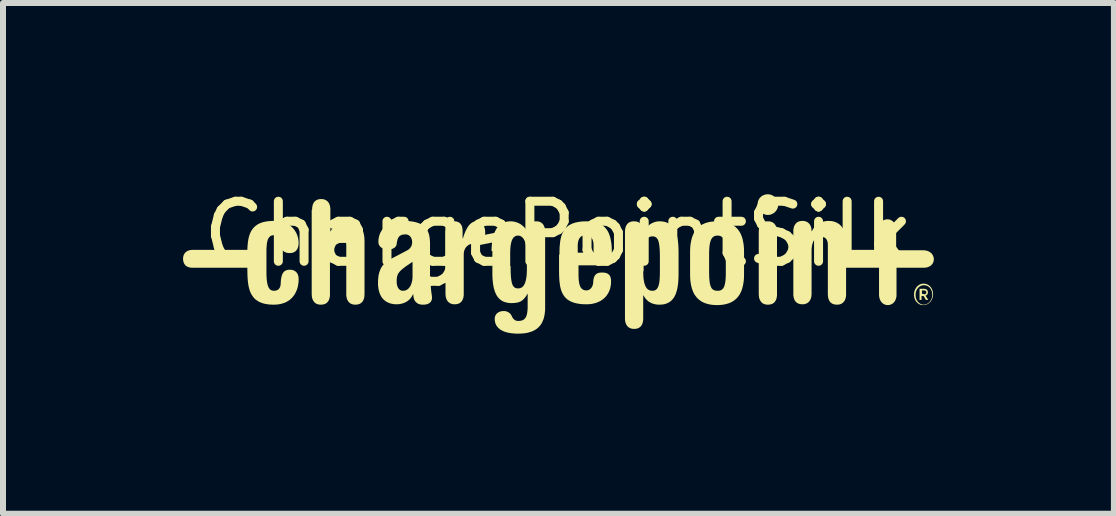
<source format=kicad_pcb>
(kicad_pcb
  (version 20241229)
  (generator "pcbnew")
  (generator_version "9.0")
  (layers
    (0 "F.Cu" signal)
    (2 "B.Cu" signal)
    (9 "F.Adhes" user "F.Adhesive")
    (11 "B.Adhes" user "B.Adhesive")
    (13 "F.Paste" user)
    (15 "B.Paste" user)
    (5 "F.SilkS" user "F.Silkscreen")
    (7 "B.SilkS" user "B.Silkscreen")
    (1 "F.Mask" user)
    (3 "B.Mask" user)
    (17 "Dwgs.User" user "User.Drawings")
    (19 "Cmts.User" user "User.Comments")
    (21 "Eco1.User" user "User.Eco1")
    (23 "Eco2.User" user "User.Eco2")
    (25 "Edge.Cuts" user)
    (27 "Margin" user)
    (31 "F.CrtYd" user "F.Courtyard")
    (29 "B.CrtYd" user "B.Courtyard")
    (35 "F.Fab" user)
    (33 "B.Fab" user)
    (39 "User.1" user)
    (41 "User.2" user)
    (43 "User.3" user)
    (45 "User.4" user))
  (footprint "ChargePointSilk"
    (layer "F.Cu")
    (at 6.254 1.348)
    (property "Reference" "ChargePointSilk" (at 0 -0.5 0) (unlocked yes) (layer "F.SilkS") (effects (font (size 1 1) (thickness 0.15))))
    (attr board_only exclude_from_pos_files exclude_from_bom)
    (fp_poly (pts (xy 3.498 -0.711) (xy 3.506 -0.71) (xy 3.514 -0.709) (xy 3.522 -0.708) (xy 3.53 -0.707) (xy 3.538 -0.705) (xy 3.545 -0.703) (xy 3.552 -0.7) (xy 3.559 -0.697) (xy 3.566 -0.694) (xy 3.572 -0.69) (xy 3.578 -0.686) (xy 3.584 -0.682) (xy 3.59 -0.677) (xy 3.595 -0.672) (xy 3.6 -0.666) (xy 3.605 -0.661) (xy 3.609 -0.655) (xy 3.614 -0.648) (xy 3.618 -0.641) (xy 3.621 -0.634) (xy 3.625 -0.627) (xy 3.628 -0.619) (xy 3.631 -0.611) (xy 3.633 -0.602) (xy 3.635 -0.593) (xy 3.637 -0.584) (xy 3.639 -0.574) (xy 3.64 -0.564) (xy 3.641 -0.554) (xy 3.641 -0.543) (xy 3.641 -0.532) (xy 3.641 0.499) (xy 3.641 0.522) (xy 3.64 0.533) (xy 3.639 0.543) (xy 3.637 0.553) (xy 3.635 0.563) (xy 3.633 0.572) (xy 3.631 0.58) (xy 3.628 0.589) (xy 3.625 0.597) (xy 3.621 0.604) (xy 3.618 0.611) (xy 3.614 0.618) (xy 3.609 0.624) (xy 3.605 0.63) (xy 3.6 0.636) (xy 3.595 0.641) (xy 3.59 0.646) (xy 3.584 0.65) (xy 3.578 0.655) (xy 3.572 0.658) (xy 3.566 0.662) (xy 3.559 0.665) (xy 3.552 0.668) (xy 3.545 0.67) (xy 3.538 0.672) (xy 3.53 0.674) (xy 3.522 0.675) (xy 3.506 0.677) (xy 3.489 0.678) (xy 3.481 0.678) (xy 3.472 0.677) (xy 3.464 0.676) (xy 3.456 0.675) (xy 3.448 0.674) (xy 3.441 0.672) (xy 3.433 0.669) (xy 3.426 0.667) (xy 3.419 0.664) (xy 3.413 0.661) (xy 3.406 0.657) (xy 3.4 0.653) (xy 3.394 0.649) (xy 3.389 0.644) (xy 3.383 0.639) (xy 3.378 0.633) (xy 3.374 0.628) (xy 3.369 0.621) (xy 3.365 0.615) (xy 3.361 0.608) (xy 3.357 0.601) (xy 3.354 0.594) (xy 3.351 0.586) (xy 3.348 0.578) (xy 3.345 0.569) (xy 3.343 0.56) (xy 3.341 0.551) (xy 3.34 0.541) (xy 3.339 0.531) (xy 3.338 0.521) (xy 3.337 0.51) (xy 3.337 0.499) (xy 3.337 -0.532) (xy 3.338 -0.555) (xy 3.339 -0.566) (xy 3.34 -0.576) (xy 3.341 -0.586) (xy 3.343 -0.596) (xy 3.345 -0.605) (xy 3.348 -0.613) (xy 3.351 -0.622) (xy 3.354 -0.63) (xy 3.357 -0.637) (xy 3.361 -0.644) (xy 3.365 -0.651) (xy 3.369 -0.657) (xy 3.374 -0.663) (xy 3.378 -0.669) (xy 3.383 -0.674) (xy 3.389 -0.679) (xy 3.394 -0.684) (xy 3.4 -0.688) (xy 3.406 -0.692) (xy 3.413 -0.695) (xy 3.419 -0.698) (xy 3.426 -0.701) (xy 3.433 -0.703) (xy 3.441 -0.705) (xy 3.448 -0.707) (xy 3.456 -0.709) (xy 3.472 -0.71) (xy 3.489 -0.711)) (stroke (width 0) (type solid)) (fill yes) (layer "F.SilkS"))
    (fp_poly (pts (xy 3.498 -1.161) (xy 3.506 -1.16) (xy 3.515 -1.159) (xy 3.523 -1.157) (xy 3.531 -1.155) (xy 3.539 -1.153) (xy 3.547 -1.15) (xy 3.555 -1.147) (xy 3.563 -1.143) (xy 3.57 -1.14) (xy 3.577 -1.135) (xy 3.584 -1.131) (xy 3.591 -1.126) (xy 3.598 -1.121) (xy 3.604 -1.115) (xy 3.61 -1.11) (xy 3.616 -1.104) (xy 3.621 -1.097) (xy 3.626 -1.091) (xy 3.631 -1.084) (xy 3.636 -1.077) (xy 3.64 -1.07) (xy 3.644 -1.062) (xy 3.647 -1.055) (xy 3.65 -1.047) (xy 3.653 -1.039) (xy 3.656 -1.031) (xy 3.658 -1.023) (xy 3.659 -1.015) (xy 3.66 -1.006) (xy 3.661 -0.998) (xy 3.661 -0.989) (xy 3.661 -0.98) (xy 3.66 -0.972) (xy 3.659 -0.963) (xy 3.658 -0.955) (xy 3.656 -0.947) (xy 3.653 -0.939) (xy 3.65 -0.931) (xy 3.647 -0.923) (xy 3.644 -0.915) (xy 3.64 -0.908) (xy 3.636 -0.901) (xy 3.631 -0.894) (xy 3.626 -0.887) (xy 3.621 -0.88) (xy 3.616 -0.874) (xy 3.61 -0.868) (xy 3.604 -0.862) (xy 3.598 -0.857) (xy 3.591 -0.852) (xy 3.584 -0.847) (xy 3.577 -0.842) (xy 3.57 -0.838) (xy 3.563 -0.834) (xy 3.555 -0.831) (xy 3.547 -0.828) (xy 3.539 -0.825) (xy 3.531 -0.822) (xy 3.523 -0.82) (xy 3.515 -0.819) (xy 3.506 -0.818) (xy 3.498 -0.817) (xy 3.489 -0.817) (xy 3.481 -0.817) (xy 3.472 -0.818) (xy 3.464 -0.819) (xy 3.455 -0.82) (xy 3.447 -0.822) (xy 3.439 -0.825) (xy 3.431 -0.828) (xy 3.423 -0.831) (xy 3.416 -0.834) (xy 3.408 -0.838) (xy 3.401 -0.842) (xy 3.394 -0.847) (xy 3.387 -0.852) (xy 3.381 -0.857) (xy 3.375 -0.862) (xy 3.368 -0.868) (xy 3.363 -0.874) (xy 3.357 -0.88) (xy 3.352 -0.887) (xy 3.347 -0.894) (xy 3.343 -0.901) (xy 3.338 -0.908) (xy 3.335 -0.915) (xy 3.331 -0.923) (xy 3.328 -0.931) (xy 3.325 -0.939) (xy 3.323 -0.947) (xy 3.321 -0.955) (xy 3.319 -0.963) (xy 3.318 -0.972) (xy 3.317 -0.98) (xy 3.317 -0.989) (xy 3.317 -0.998) (xy 3.318 -1.007) (xy 3.319 -1.016) (xy 3.321 -1.025) (xy 3.322 -1.033) (xy 3.325 -1.042) (xy 3.327 -1.05) (xy 3.33 -1.058) (xy 3.333 -1.065) (xy 3.337 -1.073) (xy 3.341 -1.08) (xy 3.345 -1.087) (xy 3.35 -1.094) (xy 3.355 -1.1) (xy 3.36 -1.106) (xy 3.366 -1.112) (xy 3.372 -1.118) (xy 3.378 -1.123) (xy 3.384 -1.128) (xy 3.391 -1.133) (xy 3.398 -1.137) (xy 3.405 -1.141) (xy 3.413 -1.145) (xy 3.42 -1.148) (xy 3.428 -1.151) (xy 3.436 -1.153) (xy 3.445 -1.156) (xy 3.453 -1.158) (xy 3.462 -1.159) (xy 3.471 -1.16) (xy 3.48 -1.161) (xy 3.489 -1.161)) (stroke (width 0) (type solid)) (fill yes) (layer "F.SilkS"))
    (fp_poly (pts (xy 6.096 0.414) (xy 6.103 0.414) (xy 6.11 0.416) (xy 6.113 0.416) (xy 6.116 0.417) (xy 6.119 0.418) (xy 6.122 0.419) (xy 6.124 0.42) (xy 6.127 0.422) (xy 6.13 0.423) (xy 6.132 0.425) (xy 6.134 0.426) (xy 6.137 0.428) (xy 6.139 0.43) (xy 6.141 0.432) (xy 6.143 0.434) (xy 6.144 0.437) (xy 6.146 0.439) (xy 6.148 0.442) (xy 6.149 0.444) (xy 6.15 0.447) (xy 6.151 0.45) (xy 6.152 0.453) (xy 6.153 0.456) (xy 6.154 0.459) (xy 6.154 0.462) (xy 6.155 0.466) (xy 6.155 0.469) (xy 6.155 0.473) (xy 6.155 0.478) (xy 6.154 0.483) (xy 6.153 0.487) (xy 6.152 0.491) (xy 6.151 0.496) (xy 6.149 0.5) (xy 6.148 0.501) (xy 6.147 0.503) (xy 6.146 0.505) (xy 6.145 0.507) (xy 6.144 0.509) (xy 6.142 0.51) (xy 6.141 0.512) (xy 6.139 0.513) (xy 6.138 0.515) (xy 6.136 0.516) (xy 6.134 0.517) (xy 6.133 0.519) (xy 6.131 0.52) (xy 6.129 0.521) (xy 6.127 0.522) (xy 6.124 0.523) (xy 6.122 0.524) (xy 6.12 0.524) (xy 6.118 0.525) (xy 6.115 0.526) (xy 6.161 0.599) (xy 6.122 0.599) (xy 6.082 0.532) (xy 6.049 0.532) (xy 6.049 0.599) (xy 6.016 0.599) (xy 6.016 0.499) (xy 6.056 0.499) (xy 6.089 0.499) (xy 6.089 0.506) (xy 6.094 0.506) (xy 6.096 0.506) (xy 6.098 0.505) (xy 6.1 0.505) (xy 6.102 0.505) (xy 6.104 0.504) (xy 6.106 0.504) (xy 6.108 0.503) (xy 6.11 0.502) (xy 6.111 0.502) (xy 6.113 0.501) (xy 6.114 0.5) (xy 6.116 0.499) (xy 6.117 0.498) (xy 6.118 0.497) (xy 6.12 0.496) (xy 6.121 0.495) (xy 6.122 0.493) (xy 6.123 0.492) (xy 6.124 0.491) (xy 6.125 0.489) (xy 6.125 0.488) (xy 6.126 0.486) (xy 6.127 0.485) (xy 6.127 0.483) (xy 6.127 0.482) (xy 6.128 0.48) (xy 6.128 0.478) (xy 6.128 0.477) (xy 6.128 0.473) (xy 6.128 0.471) (xy 6.128 0.469) (xy 6.128 0.468) (xy 6.128 0.466) (xy 6.127 0.464) (xy 6.127 0.463) (xy 6.127 0.461) (xy 6.126 0.459) (xy 6.125 0.458) (xy 6.125 0.456) (xy 6.124 0.455) (xy 6.123 0.454) (xy 6.122 0.452) (xy 6.121 0.451) (xy 6.12 0.45) (xy 6.118 0.449) (xy 6.117 0.448) (xy 6.116 0.447) (xy 6.114 0.446) (xy 6.113 0.445) (xy 6.111 0.444) (xy 6.11 0.444) (xy 6.108 0.443) (xy 6.106 0.442) (xy 6.104 0.442) (xy 6.102 0.441) (xy 6.1 0.441) (xy 6.098 0.44) (xy 6.096 0.44) (xy 6.094 0.44) (xy 6.091 0.44) (xy 6.089 0.44) (xy 6.056 0.44) (xy 6.056 0.499) (xy 6.016 0.499) (xy 6.016 0.413) (xy 6.089 0.413)) (stroke (width 0) (type solid)) (fill yes) (layer "F.SilkS"))
    (fp_poly (pts (xy 2.675 -0.71) (xy 2.706 -0.708) (xy 2.736 -0.705) (xy 2.764 -0.701) (xy 2.791 -0.695) (xy 2.817 -0.688) (xy 2.841 -0.68) (xy 2.863 -0.67) (xy 2.885 -0.66) (xy 2.905 -0.649) (xy 2.924 -0.636) (xy 2.942 -0.623) (xy 2.958 -0.608) (xy 2.974 -0.593) (xy 2.988 -0.577) (xy 3.001 -0.56) (xy 3.014 -0.542) (xy 3.025 -0.523) (xy 3.035 -0.504) (xy 3.044 -0.483) (xy 3.053 -0.462) (xy 3.06 -0.441) (xy 3.067 -0.419) (xy 3.072 -0.396) (xy 3.081 -0.348) (xy 3.088 -0.299) (xy 3.091 -0.248) (xy 3.092 -0.195) (xy 3.092 0.169) (xy 3.091 0.221) (xy 3.088 0.273) (xy 3.081 0.322) (xy 3.072 0.369) (xy 3.06 0.414) (xy 3.053 0.436) (xy 3.044 0.457) (xy 3.035 0.477) (xy 3.025 0.497) (xy 3.014 0.515) (xy 3.001 0.533) (xy 2.988 0.55) (xy 2.974 0.567) (xy 2.958 0.582) (xy 2.942 0.596) (xy 2.924 0.61) (xy 2.905 0.622) (xy 2.885 0.634) (xy 2.863 0.644) (xy 2.841 0.653) (xy 2.817 0.661) (xy 2.791 0.668) (xy 2.764 0.674) (xy 2.736 0.679) (xy 2.706 0.682) (xy 2.675 0.684) (xy 2.643 0.685) (xy 2.61 0.684) (xy 2.579 0.682) (xy 2.549 0.679) (xy 2.521 0.674) (xy 2.494 0.668) (xy 2.468 0.661) (xy 2.444 0.653) (xy 2.422 0.644) (xy 2.4 0.634) (xy 2.38 0.622) (xy 2.361 0.61) (xy 2.343 0.596) (xy 2.327 0.582) (xy 2.311 0.567) (xy 2.297 0.55) (xy 2.284 0.533) (xy 2.271 0.515) (xy 2.26 0.497) (xy 2.25 0.477) (xy 2.241 0.457) (xy 2.233 0.436) (xy 2.225 0.414) (xy 2.219 0.392) (xy 2.213 0.369) (xy 2.204 0.322) (xy 2.197 0.273) (xy 2.194 0.221) (xy 2.193 0.169) (xy 2.193 0.142) (xy 2.51 0.142) (xy 2.511 0.186) (xy 2.512 0.226) (xy 2.515 0.261) (xy 2.518 0.293) (xy 2.522 0.321) (xy 2.528 0.346) (xy 2.535 0.368) (xy 2.542 0.386) (xy 2.551 0.402) (xy 2.556 0.409) (xy 2.562 0.415) (xy 2.567 0.42) (xy 2.573 0.425) (xy 2.579 0.43) (xy 2.586 0.433) (xy 2.599 0.439) (xy 2.615 0.443) (xy 2.631 0.446) (xy 2.649 0.446) (xy 2.658 0.446) (xy 2.667 0.446) (xy 2.675 0.445) (xy 2.684 0.443) (xy 2.691 0.442) (xy 2.699 0.439) (xy 2.706 0.437) (xy 2.713 0.433) (xy 2.719 0.43) (xy 2.725 0.425) (xy 2.731 0.42) (xy 2.737 0.415) (xy 2.742 0.409) (xy 2.747 0.402) (xy 2.751 0.394) (xy 2.756 0.386) (xy 2.76 0.377) (xy 2.764 0.368) (xy 2.767 0.357) (xy 2.77 0.346) (xy 2.773 0.334) (xy 2.776 0.321) (xy 2.778 0.308) (xy 2.78 0.293) (xy 2.782 0.278) (xy 2.784 0.261) (xy 2.785 0.244) (xy 2.786 0.226) (xy 2.787 0.206) (xy 2.788 0.186) (xy 2.788 0.142) (xy 2.788 -0.175) (xy 2.788 -0.218) (xy 2.786 -0.256) (xy 2.783 -0.291) (xy 2.779 -0.322) (xy 2.774 -0.35) (xy 2.769 -0.374) (xy 2.761 -0.395) (xy 2.753 -0.413) (xy 2.744 -0.429) (xy 2.739 -0.435) (xy 2.734 -0.442) (xy 2.728 -0.447) (xy 2.722 -0.452) (xy 2.716 -0.456) (xy 2.71 -0.46) (xy 2.696 -0.466) (xy 2.682 -0.47) (xy 2.666 -0.472) (xy 2.649 -0.473) (xy 2.641 -0.473) (xy 2.633 -0.472) (xy 2.626 -0.471) (xy 2.618 -0.47) (xy 2.611 -0.468) (xy 2.604 -0.466) (xy 2.598 -0.463) (xy 2.591 -0.46) (xy 2.585 -0.456) (xy 2.579 -0.452) (xy 2.573 -0.447) (xy 2.567 -0.442) (xy 2.562 -0.435) (xy 2.557 -0.429) (xy 2.552 -0.421) (xy 2.547 -0.413) (xy 2.543 -0.405) (xy 2.539 -0.395) (xy 2.535 -0.385) (xy 2.532 -0.374) (xy 2.528 -0.362) (xy 2.525 -0.35) (xy 2.522 -0.336) (xy 2.52 -0.322) (xy 2.518 -0.307) (xy 2.516 -0.291) (xy 2.514 -0.274) (xy 2.513 -0.256) (xy 2.512 -0.238) (xy 2.511 -0.218) (xy 2.51 -0.197) (xy 2.51 -0.175) (xy 2.51 0.142) (xy 2.193 0.142) (xy 2.193 -0.195) (xy 2.194 -0.248) (xy 2.197 -0.299) (xy 2.204 -0.348) (xy 2.213 -0.396) (xy 2.225 -0.441) (xy 2.233 -0.462) (xy 2.241 -0.483) (xy 2.25 -0.504) (xy 2.26 -0.523) (xy 2.271 -0.542) (xy 2.284 -0.56) (xy 2.297 -0.577) (xy 2.311 -0.593) (xy 2.327 -0.608) (xy 2.343 -0.623) (xy 2.361 -0.636) (xy 2.38 -0.649) (xy 2.4 -0.66) (xy 2.422 -0.67) (xy 2.444 -0.68) (xy 2.468 -0.688) (xy 2.494 -0.695) (xy 2.521 -0.701) (xy 2.549 -0.705) (xy 2.579 -0.708) (xy 2.61 -0.71) (xy 2.643 -0.711)) (stroke (width 0) (type solid)) (fill yes) (layer "F.SilkS"))
    (fp_poly (pts (xy -1.359 -0.711) (xy -1.351 -0.71) (xy -1.344 -0.709) (xy -1.337 -0.708) (xy -1.33 -0.707) (xy -1.323 -0.705) (xy -1.316 -0.702) (xy -1.31 -0.7) (xy -1.303 -0.697) (xy -1.297 -0.693) (xy -1.291 -0.689) (xy -1.285 -0.685) (xy -1.279 -0.681) (xy -1.274 -0.676) (xy -1.268 -0.67) (xy -1.263 -0.665) (xy -1.259 -0.659) (xy -1.254 -0.652) (xy -1.25 -0.645) (xy -1.246 -0.638) (xy -1.242 -0.63) (xy -1.238 -0.622) (xy -1.235 -0.614) (xy -1.232 -0.605) (xy -1.229 -0.596) (xy -1.227 -0.586) (xy -1.225 -0.576) (xy -1.223 -0.565) (xy -1.222 -0.555) (xy -1.221 -0.543) (xy -1.221 -0.531) (xy -1.22 -0.519) (xy -1.221 -0.502) (xy -1.223 -0.485) (xy -1.226 -0.468) (xy -1.23 -0.452) (xy -1.232 -0.444) (xy -1.235 -0.437) (xy -1.239 -0.429) (xy -1.242 -0.422) (xy -1.246 -0.415) (xy -1.251 -0.408) (xy -1.256 -0.402) (xy -1.261 -0.395) (xy -1.267 -0.389) (xy -1.273 -0.383) (xy -1.279 -0.378) (xy -1.286 -0.373) (xy -1.293 -0.368) (xy -1.301 -0.363) (xy -1.309 -0.359) (xy -1.318 -0.356) (xy -1.327 -0.352) (xy -1.337 -0.349) (xy -1.347 -0.347) (xy -1.358 -0.345) (xy -1.369 -0.343) (xy -1.381 -0.342) (xy -1.393 -0.341) (xy -1.406 -0.341) (xy -1.414 -0.34) (xy -1.423 -0.34) (xy -1.431 -0.339) (xy -1.44 -0.338) (xy -1.448 -0.336) (xy -1.456 -0.334) (xy -1.464 -0.331) (xy -1.472 -0.329) (xy -1.479 -0.325) (xy -1.487 -0.322) (xy -1.494 -0.318) (xy -1.501 -0.314) (xy -1.507 -0.309) (xy -1.514 -0.304) (xy -1.52 -0.299) (xy -1.526 -0.294) (xy -1.532 -0.288) (xy -1.538 -0.281) (xy -1.543 -0.275) (xy -1.548 -0.268) (xy -1.552 -0.261) (xy -1.556 -0.253) (xy -1.56 -0.246) (xy -1.564 -0.237) (xy -1.567 -0.229) (xy -1.57 -0.22) (xy -1.572 -0.211) (xy -1.574 -0.202) (xy -1.576 -0.192) (xy -1.577 -0.183) (xy -1.577 -0.172) (xy -1.578 -0.162) (xy -1.578 0.493) (xy -1.578 0.516) (xy -1.579 0.526) (xy -1.58 0.537) (xy -1.582 0.546) (xy -1.584 0.556) (xy -1.586 0.565) (xy -1.588 0.574) (xy -1.591 0.582) (xy -1.594 0.59) (xy -1.598 0.597) (xy -1.601 0.605) (xy -1.605 0.611) (xy -1.61 0.618) (xy -1.614 0.624) (xy -1.619 0.629) (xy -1.624 0.634) (xy -1.629 0.639) (xy -1.635 0.644) (xy -1.641 0.648) (xy -1.647 0.652) (xy -1.653 0.655) (xy -1.66 0.658) (xy -1.667 0.661) (xy -1.674 0.664) (xy -1.681 0.666) (xy -1.689 0.667) (xy -1.697 0.669) (xy -1.713 0.671) (xy -1.73 0.671) (xy -1.738 0.671) (xy -1.747 0.671) (xy -1.755 0.67) (xy -1.763 0.669) (xy -1.771 0.667) (xy -1.778 0.665) (xy -1.785 0.663) (xy -1.793 0.66) (xy -1.799 0.657) (xy -1.806 0.654) (xy -1.812 0.65) (xy -1.819 0.646) (xy -1.824 0.642) (xy -1.83 0.637) (xy -1.835 0.632) (xy -1.841 0.627) (xy -1.845 0.621) (xy -1.85 0.615) (xy -1.854 0.608) (xy -1.858 0.602) (xy -1.862 0.594) (xy -1.865 0.587) (xy -1.868 0.579) (xy -1.871 0.571) (xy -1.874 0.562) (xy -1.876 0.553) (xy -1.878 0.544) (xy -1.879 0.535) (xy -1.88 0.525) (xy -1.881 0.514) (xy -1.882 0.504) (xy -1.882 0.493) (xy -1.882 -0.552) (xy -1.875 -0.552) (xy -1.875 -0.57) (xy -1.873 -0.588) (xy -1.871 -0.604) (xy -1.867 -0.619) (xy -1.865 -0.626) (xy -1.863 -0.633) (xy -1.86 -0.64) (xy -1.857 -0.646) (xy -1.854 -0.652) (xy -1.851 -0.658) (xy -1.847 -0.664) (xy -1.843 -0.669) (xy -1.839 -0.674) (xy -1.834 -0.679) (xy -1.829 -0.683) (xy -1.824 -0.687) (xy -1.818 -0.691) (xy -1.813 -0.694) (xy -1.806 -0.697) (xy -1.8 -0.7) (xy -1.793 -0.703) (xy -1.786 -0.705) (xy -1.779 -0.707) (xy -1.771 -0.708) (xy -1.763 -0.71) (xy -1.754 -0.71) (xy -1.745 -0.711) (xy -1.736 -0.711) (xy -1.727 -0.711) (xy -1.718 -0.71) (xy -1.71 -0.709) (xy -1.702 -0.708) (xy -1.694 -0.706) (xy -1.687 -0.704) (xy -1.68 -0.702) (xy -1.673 -0.699) (xy -1.666 -0.696) (xy -1.66 -0.693) (xy -1.654 -0.689) (xy -1.649 -0.685) (xy -1.644 -0.681) (xy -1.639 -0.676) (xy -1.634 -0.672) (xy -1.63 -0.666) (xy -1.626 -0.661) (xy -1.622 -0.655) (xy -1.618 -0.649) (xy -1.615 -0.643) (xy -1.612 -0.637) (xy -1.61 -0.63) (xy -1.607 -0.623) (xy -1.605 -0.616) (xy -1.603 -0.609) (xy -1.602 -0.601) (xy -1.599 -0.586) (xy -1.598 -0.569) (xy -1.597 -0.552) (xy -1.597 -0.427) (xy -1.591 -0.427) (xy -1.582 -0.457) (xy -1.572 -0.486) (xy -1.562 -0.514) (xy -1.551 -0.541) (xy -1.539 -0.566) (xy -1.527 -0.589) (xy -1.514 -0.611) (xy -1.501 -0.631) (xy -1.486 -0.649) (xy -1.471 -0.665) (xy -1.456 -0.678) (xy -1.448 -0.684) (xy -1.439 -0.69) (xy -1.431 -0.695) (xy -1.422 -0.699) (xy -1.413 -0.703) (xy -1.404 -0.706) (xy -1.395 -0.708) (xy -1.385 -0.71) (xy -1.376 -0.711) (xy -1.366 -0.711)) (stroke (width 0) (type solid)) (fill yes) (layer "F.SilkS"))
    (fp_poly (pts (xy 6.091 0.328) (xy 6.099 0.328) (xy 6.107 0.329) (xy 6.116 0.331) (xy 6.123 0.333) (xy 6.131 0.335) (xy 6.139 0.338) (xy 6.146 0.341) (xy 6.153 0.345) (xy 6.16 0.349) (xy 6.167 0.353) (xy 6.173 0.357) (xy 6.179 0.362) (xy 6.185 0.367) (xy 6.191 0.373) (xy 6.196 0.379) (xy 6.201 0.385) (xy 6.206 0.391) (xy 6.211 0.398) (xy 6.215 0.404) (xy 6.219 0.411) (xy 6.223 0.418) (xy 6.226 0.426) (xy 6.229 0.433) (xy 6.232 0.441) (xy 6.234 0.449) (xy 6.236 0.457) (xy 6.238 0.465) (xy 6.239 0.474) (xy 6.24 0.482) (xy 6.241 0.491) (xy 6.241 0.499) (xy 6.241 0.506) (xy 6.241 0.515) (xy 6.24 0.524) (xy 6.239 0.533) (xy 6.238 0.542) (xy 6.236 0.551) (xy 6.234 0.559) (xy 6.231 0.568) (xy 6.228 0.576) (xy 6.225 0.584) (xy 6.221 0.591) (xy 6.217 0.599) (xy 6.213 0.606) (xy 6.209 0.613) (xy 6.204 0.62) (xy 6.199 0.626) (xy 6.194 0.633) (xy 6.188 0.638) (xy 6.182 0.644) (xy 6.176 0.649) (xy 6.17 0.654) (xy 6.164 0.659) (xy 6.157 0.663) (xy 6.15 0.667) (xy 6.143 0.671) (xy 6.136 0.674) (xy 6.129 0.677) (xy 6.121 0.679) (xy 6.114 0.681) (xy 6.106 0.683) (xy 6.098 0.684) (xy 6.09 0.684) (xy 6.082 0.685) (xy 6.074 0.685) (xy 6.066 0.685) (xy 6.058 0.684) (xy 6.051 0.683) (xy 6.043 0.682) (xy 6.036 0.68) (xy 6.028 0.677) (xy 6.021 0.674) (xy 6.014 0.671) (xy 6.007 0.668) (xy 6.001 0.664) (xy 5.994 0.659) (xy 5.988 0.655) (xy 5.982 0.649) (xy 5.976 0.644) (xy 5.97 0.638) (xy 5.965 0.632) (xy 5.96 0.626) (xy 5.955 0.619) (xy 5.951 0.612) (xy 5.947 0.605) (xy 5.943 0.598) (xy 5.939 0.59) (xy 5.936 0.582) (xy 5.933 0.574) (xy 5.931 0.566) (xy 5.928 0.557) (xy 5.927 0.549) (xy 5.925 0.54) (xy 5.924 0.531) (xy 5.924 0.522) (xy 5.924 0.519) (xy 5.95 0.519) (xy 5.95 0.527) (xy 5.951 0.535) (xy 5.951 0.543) (xy 5.953 0.551) (xy 5.954 0.558) (xy 5.956 0.566) (xy 5.958 0.573) (xy 5.96 0.58) (xy 5.963 0.587) (xy 5.966 0.594) (xy 5.969 0.601) (xy 5.973 0.607) (xy 5.977 0.614) (xy 5.981 0.62) (xy 5.985 0.625) (xy 5.99 0.631) (xy 5.994 0.636) (xy 5.999 0.641) (xy 6.004 0.646) (xy 6.01 0.65) (xy 6.016 0.655) (xy 6.021 0.658) (xy 6.027 0.662) (xy 6.034 0.665) (xy 6.04 0.668) (xy 6.046 0.671) (xy 6.053 0.673) (xy 6.06 0.675) (xy 6.067 0.676) (xy 6.074 0.677) (xy 6.081 0.678) (xy 6.089 0.678) (xy 6.096 0.677) (xy 6.103 0.676) (xy 6.11 0.674) (xy 6.117 0.673) (xy 6.124 0.67) (xy 6.131 0.668) (xy 6.138 0.665) (xy 6.144 0.661) (xy 6.15 0.658) (xy 6.156 0.654) (xy 6.162 0.65) (xy 6.168 0.645) (xy 6.173 0.641) (xy 6.178 0.636) (xy 6.183 0.631) (xy 6.188 0.625) (xy 6.192 0.619) (xy 6.197 0.613) (xy 6.201 0.607) (xy 6.205 0.601) (xy 6.208 0.594) (xy 6.211 0.588) (xy 6.214 0.581) (xy 6.217 0.574) (xy 6.22 0.567) (xy 6.222 0.559) (xy 6.223 0.552) (xy 6.225 0.544) (xy 6.226 0.536) (xy 6.227 0.529) (xy 6.227 0.521) (xy 6.228 0.513) (xy 6.227 0.504) (xy 6.227 0.496) (xy 6.226 0.487) (xy 6.225 0.479) (xy 6.223 0.471) (xy 6.222 0.464) (xy 6.22 0.456) (xy 6.217 0.449) (xy 6.214 0.442) (xy 6.211 0.435) (xy 6.208 0.428) (xy 6.205 0.422) (xy 6.201 0.416) (xy 6.197 0.41) (xy 6.192 0.404) (xy 6.188 0.399) (xy 6.183 0.393) (xy 6.178 0.389) (xy 6.173 0.384) (xy 6.168 0.38) (xy 6.162 0.376) (xy 6.156 0.372) (xy 6.15 0.369) (xy 6.144 0.366) (xy 6.138 0.363) (xy 6.131 0.361) (xy 6.124 0.359) (xy 6.117 0.357) (xy 6.11 0.356) (xy 6.103 0.355) (xy 6.096 0.354) (xy 6.089 0.354) (xy 6.081 0.354) (xy 6.074 0.355) (xy 6.067 0.356) (xy 6.06 0.357) (xy 6.053 0.359) (xy 6.046 0.361) (xy 6.04 0.364) (xy 6.034 0.367) (xy 6.027 0.37) (xy 6.021 0.373) (xy 6.016 0.377) (xy 6.01 0.381) (xy 6.004 0.386) (xy 5.999 0.391) (xy 5.994 0.396) (xy 5.99 0.401) (xy 5.985 0.407) (xy 5.981 0.412) (xy 5.977 0.418) (xy 5.973 0.425) (xy 5.969 0.431) (xy 5.966 0.438) (xy 5.963 0.445) (xy 5.96 0.452) (xy 5.958 0.459) (xy 5.956 0.466) (xy 5.954 0.474) (xy 5.953 0.481) (xy 5.951 0.489) (xy 5.951 0.497) (xy 5.95 0.505) (xy 5.95 0.513) (xy 5.95 0.519) (xy 5.924 0.519) (xy 5.923 0.513) (xy 5.924 0.503) (xy 5.924 0.493) (xy 5.925 0.484) (xy 5.927 0.474) (xy 5.928 0.465) (xy 5.931 0.456) (xy 5.933 0.448) (xy 5.936 0.439) (xy 5.939 0.431) (xy 5.943 0.423) (xy 5.947 0.415) (xy 5.951 0.408) (xy 5.955 0.4) (xy 5.96 0.393) (xy 5.965 0.387) (xy 5.97 0.38) (xy 5.976 0.374) (xy 5.982 0.369) (xy 5.988 0.363) (xy 5.994 0.358) (xy 6.001 0.353) (xy 6.007 0.349) (xy 6.014 0.345) (xy 6.021 0.341) (xy 6.028 0.338) (xy 6.036 0.335) (xy 6.043 0.333) (xy 6.051 0.331) (xy 6.058 0.329) (xy 6.066 0.328) (xy 6.074 0.328) (xy 6.082 0.327)) (stroke (width 0) (type solid)) (fill yes) (layer "F.SilkS"))
    (fp_poly (pts (xy -3.944 -1.081) (xy -3.935 -1.081) (xy -3.927 -1.08) (xy -3.919 -1.079) (xy -3.911 -1.077) (xy -3.904 -1.075) (xy -3.896 -1.073) (xy -3.889 -1.07) (xy -3.883 -1.067) (xy -3.876 -1.064) (xy -3.87 -1.06) (xy -3.863 -1.056) (xy -3.858 -1.052) (xy -3.852 -1.047) (xy -3.847 -1.042) (xy -3.841 -1.037) (xy -3.837 -1.031) (xy -3.832 -1.025) (xy -3.828 -1.019) (xy -3.824 -1.012) (xy -3.82 -1.005) (xy -3.817 -0.997) (xy -3.814 -0.989) (xy -3.811 -0.981) (xy -3.808 -0.972) (xy -3.806 -0.964) (xy -3.804 -0.954) (xy -3.803 -0.945) (xy -3.802 -0.935) (xy -3.801 -0.925) (xy -3.8 -0.914) (xy -3.8 -0.903) (xy -3.8 -0.546) (xy -3.793 -0.546) (xy -3.789 -0.556) (xy -3.784 -0.566) (xy -3.779 -0.576) (xy -3.773 -0.585) (xy -3.767 -0.595) (xy -3.76 -0.603) (xy -3.753 -0.612) (xy -3.746 -0.62) (xy -3.739 -0.628) (xy -3.731 -0.635) (xy -3.723 -0.643) (xy -3.715 -0.65) (xy -3.706 -0.656) (xy -3.698 -0.662) (xy -3.689 -0.668) (xy -3.679 -0.674) (xy -3.67 -0.679) (xy -3.66 -0.684) (xy -3.651 -0.689) (xy -3.641 -0.693) (xy -3.631 -0.697) (xy -3.621 -0.7) (xy -3.61 -0.704) (xy -3.6 -0.707) (xy -3.59 -0.709) (xy -3.579 -0.711) (xy -3.558 -0.715) (xy -3.547 -0.716) (xy -3.537 -0.717) (xy -3.526 -0.718) (xy -3.516 -0.718) (xy -3.5 -0.717) (xy -3.485 -0.716) (xy -3.47 -0.715) (xy -3.456 -0.713) (xy -3.442 -0.71) (xy -3.428 -0.706) (xy -3.415 -0.702) (xy -3.401 -0.698) (xy -3.389 -0.692) (xy -3.376 -0.686) (xy -3.364 -0.68) (xy -3.353 -0.672) (xy -3.342 -0.664) (xy -3.331 -0.656) (xy -3.321 -0.647) (xy -3.311 -0.637) (xy -3.302 -0.626) (xy -3.293 -0.615) (xy -3.285 -0.603) (xy -3.278 -0.59) (xy -3.27 -0.577) (xy -3.264 -0.563) (xy -3.258 -0.549) (xy -3.252 -0.534) (xy -3.248 -0.518) (xy -3.243 -0.501) (xy -3.24 -0.484) (xy -3.237 -0.466) (xy -3.234 -0.447) (xy -3.233 -0.428) (xy -3.232 -0.408) (xy -3.231 -0.387) (xy -3.231 0.499) (xy -3.232 0.522) (xy -3.233 0.533) (xy -3.234 0.543) (xy -3.235 0.553) (xy -3.237 0.563) (xy -3.239 0.572) (xy -3.242 0.58) (xy -3.245 0.589) (xy -3.248 0.597) (xy -3.251 0.604) (xy -3.255 0.611) (xy -3.259 0.618) (xy -3.263 0.624) (xy -3.268 0.63) (xy -3.273 0.636) (xy -3.278 0.641) (xy -3.283 0.646) (xy -3.289 0.65) (xy -3.295 0.655) (xy -3.301 0.658) (xy -3.307 0.662) (xy -3.314 0.665) (xy -3.321 0.668) (xy -3.328 0.67) (xy -3.335 0.672) (xy -3.342 0.674) (xy -3.35 0.675) (xy -3.366 0.677) (xy -3.383 0.678) (xy -3.392 0.678) (xy -3.4 0.677) (xy -3.409 0.676) (xy -3.416 0.675) (xy -3.424 0.674) (xy -3.432 0.672) (xy -3.439 0.669) (xy -3.446 0.667) (xy -3.453 0.664) (xy -3.46 0.661) (xy -3.466 0.657) (xy -3.472 0.653) (xy -3.478 0.649) (xy -3.484 0.644) (xy -3.489 0.639) (xy -3.494 0.633) (xy -3.499 0.628) (xy -3.504 0.621) (xy -3.508 0.615) (xy -3.512 0.608) (xy -3.515 0.601) (xy -3.519 0.594) (xy -3.522 0.586) (xy -3.525 0.578) (xy -3.527 0.569) (xy -3.529 0.56) (xy -3.531 0.551) (xy -3.533 0.541) (xy -3.534 0.531) (xy -3.535 0.521) (xy -3.535 0.51) (xy -3.535 0.499) (xy -3.535 -0.314) (xy -3.536 -0.323) (xy -3.536 -0.332) (xy -3.537 -0.341) (xy -3.538 -0.349) (xy -3.539 -0.356) (xy -3.541 -0.364) (xy -3.543 -0.371) (xy -3.545 -0.378) (xy -3.547 -0.384) (xy -3.55 -0.39) (xy -3.552 -0.396) (xy -3.555 -0.402) (xy -3.559 -0.407) (xy -3.562 -0.412) (xy -3.566 -0.417) (xy -3.569 -0.421) (xy -3.573 -0.425) (xy -3.577 -0.429) (xy -3.582 -0.432) (xy -3.586 -0.435) (xy -3.591 -0.438) (xy -3.595 -0.441) (xy -3.6 -0.443) (xy -3.605 -0.445) (xy -3.615 -0.449) (xy -3.626 -0.451) (xy -3.637 -0.453) (xy -3.648 -0.453) (xy -3.657 -0.453) (xy -3.665 -0.452) (xy -3.673 -0.451) (xy -3.681 -0.45) (xy -3.689 -0.448) (xy -3.697 -0.445) (xy -3.704 -0.442) (xy -3.712 -0.439) (xy -3.719 -0.435) (xy -3.726 -0.431) (xy -3.732 -0.426) (xy -3.739 -0.421) (xy -3.745 -0.416) (xy -3.751 -0.41) (xy -3.757 -0.403) (xy -3.762 -0.396) (xy -3.767 -0.389) (xy -3.772 -0.381) (xy -3.777 -0.372) (xy -3.781 -0.363) (xy -3.785 -0.353) (xy -3.789 -0.343) (xy -3.792 -0.333) (xy -3.795 -0.322) (xy -3.798 -0.31) (xy -3.8 -0.298) (xy -3.802 -0.286) (xy -3.804 -0.273) (xy -3.805 -0.259) (xy -3.806 -0.245) (xy -3.807 -0.23) (xy -3.807 -0.215) (xy -3.807 0.499) (xy -3.807 0.522) (xy -3.808 0.533) (xy -3.809 0.543) (xy -3.811 0.553) (xy -3.813 0.563) (xy -3.815 0.572) (xy -3.817 0.58) (xy -3.82 0.589) (xy -3.823 0.597) (xy -3.827 0.604) (xy -3.83 0.611) (xy -3.834 0.618) (xy -3.839 0.624) (xy -3.843 0.63) (xy -3.848 0.636) (xy -3.853 0.641) (xy -3.858 0.646) (xy -3.864 0.65) (xy -3.87 0.655) (xy -3.876 0.658) (xy -3.883 0.662) (xy -3.889 0.665) (xy -3.896 0.668) (xy -3.903 0.67) (xy -3.91 0.672) (xy -3.918 0.674) (xy -3.926 0.675) (xy -3.942 0.677) (xy -3.959 0.678) (xy -3.967 0.678) (xy -3.976 0.677) (xy -3.984 0.676) (xy -3.992 0.675) (xy -4 0.674) (xy -4.007 0.672) (xy -4.015 0.669) (xy -4.022 0.667) (xy -4.029 0.664) (xy -4.035 0.661) (xy -4.042 0.657) (xy -4.048 0.653) (xy -4.054 0.649) (xy -4.059 0.644) (xy -4.065 0.639) (xy -4.07 0.633) (xy -4.074 0.628) (xy -4.079 0.621) (xy -4.083 0.615) (xy -4.087 0.608) (xy -4.091 0.601) (xy -4.094 0.594) (xy -4.097 0.586) (xy -4.1 0.578) (xy -4.103 0.569) (xy -4.105 0.56) (xy -4.107 0.551) (xy -4.108 0.541) (xy -4.109 0.531) (xy -4.11 0.521) (xy -4.111 0.51) (xy -4.111 0.499) (xy -4.111 -0.903) (xy -4.104 -0.903) (xy -4.104 -0.926) (xy -4.103 -0.936) (xy -4.102 -0.947) (xy -4.1 -0.957) (xy -4.098 -0.966) (xy -4.096 -0.975) (xy -4.094 -0.984) (xy -4.091 -0.992) (xy -4.088 -1) (xy -4.084 -1.008) (xy -4.081 -1.015) (xy -4.077 -1.021) (xy -4.072 -1.028) (xy -4.068 -1.034) (xy -4.063 -1.039) (xy -4.058 -1.045) (xy -4.053 -1.049) (xy -4.047 -1.054) (xy -4.041 -1.058) (xy -4.035 -1.062) (xy -4.029 -1.065) (xy -4.022 -1.068) (xy -4.015 -1.071) (xy -4.008 -1.074) (xy -4.001 -1.076) (xy -3.993 -1.078) (xy -3.985 -1.079) (xy -3.969 -1.081) (xy -3.952 -1.081)) (stroke (width 0) (type solid)) (fill yes) (layer "F.SilkS"))
    (fp_poly (pts (xy 0.501 -0.711) (xy 0.529 -0.709) (xy 0.555 -0.707) (xy 0.58 -0.703) (xy 0.604 -0.698) (xy 0.627 -0.693) (xy 0.649 -0.686) (xy 0.669 -0.679) (xy 0.689 -0.67) (xy 0.707 -0.66) (xy 0.725 -0.65) (xy 0.741 -0.638) (xy 0.757 -0.625) (xy 0.772 -0.612) (xy 0.785 -0.597) (xy 0.798 -0.581) (xy 0.81 -0.564) (xy 0.821 -0.547) (xy 0.831 -0.528) (xy 0.84 -0.508) (xy 0.848 -0.487) (xy 0.856 -0.465) (xy 0.862 -0.442) (xy 0.868 -0.418) (xy 0.873 -0.393) (xy 0.878 -0.367) (xy 0.885 -0.312) (xy 0.888 -0.252) (xy 0.89 -0.189) (xy 0.889 -0.167) (xy 0.889 -0.145) (xy 0.887 -0.125) (xy 0.885 -0.105) (xy 0.882 -0.087) (xy 0.877 -0.069) (xy 0.875 -0.061) (xy 0.872 -0.053) (xy 0.868 -0.045) (xy 0.864 -0.038) (xy 0.86 -0.031) (xy 0.855 -0.024) (xy 0.849 -0.018) (xy 0.843 -0.012) (xy 0.837 -0.007) (xy 0.83 -0.002) (xy 0.822 0.003) (xy 0.814 0.007) (xy 0.806 0.011) (xy 0.796 0.014) (xy 0.786 0.017) (xy 0.775 0.019) (xy 0.764 0.021) (xy 0.751 0.022) (xy 0.738 0.023) (xy 0.724 0.023) (xy 0.334 0.023) (xy 0.334 0.155) (xy 0.335 0.213) (xy 0.336 0.241) (xy 0.338 0.267) (xy 0.341 0.292) (xy 0.345 0.315) (xy 0.349 0.337) (xy 0.356 0.357) (xy 0.363 0.375) (xy 0.367 0.384) (xy 0.372 0.392) (xy 0.377 0.399) (xy 0.383 0.406) (xy 0.389 0.412) (xy 0.395 0.418) (xy 0.402 0.423) (xy 0.41 0.427) (xy 0.418 0.431) (xy 0.426 0.434) (xy 0.436 0.437) (xy 0.445 0.438) (xy 0.455 0.44) (xy 0.466 0.44) (xy 0.472 0.44) (xy 0.478 0.439) (xy 0.484 0.438) (xy 0.49 0.437) (xy 0.496 0.435) (xy 0.501 0.433) (xy 0.507 0.431) (xy 0.512 0.428) (xy 0.517 0.425) (xy 0.522 0.422) (xy 0.526 0.419) (xy 0.531 0.415) (xy 0.535 0.411) (xy 0.54 0.407) (xy 0.544 0.402) (xy 0.547 0.398) (xy 0.551 0.393) (xy 0.554 0.388) (xy 0.558 0.382) (xy 0.561 0.377) (xy 0.563 0.371) (xy 0.566 0.365) (xy 0.568 0.359) (xy 0.571 0.353) (xy 0.572 0.347) (xy 0.574 0.341) (xy 0.575 0.334) (xy 0.577 0.328) (xy 0.578 0.321) (xy 0.578 0.315) (xy 0.579 0.308) (xy 0.579 0.301) (xy 0.58 0.289) (xy 0.581 0.277) (xy 0.582 0.266) (xy 0.584 0.256) (xy 0.586 0.246) (xy 0.588 0.237) (xy 0.59 0.229) (xy 0.593 0.22) (xy 0.596 0.213) (xy 0.599 0.206) (xy 0.603 0.199) (xy 0.607 0.193) (xy 0.611 0.187) (xy 0.615 0.181) (xy 0.62 0.177) (xy 0.624 0.172) (xy 0.629 0.168) (xy 0.634 0.164) (xy 0.64 0.161) (xy 0.645 0.158) (xy 0.651 0.155) (xy 0.657 0.152) (xy 0.663 0.15) (xy 0.669 0.148) (xy 0.682 0.146) (xy 0.696 0.144) (xy 0.71 0.143) (xy 0.724 0.142) (xy 0.74 0.143) (xy 0.756 0.144) (xy 0.77 0.145) (xy 0.784 0.148) (xy 0.791 0.15) (xy 0.798 0.152) (xy 0.804 0.154) (xy 0.81 0.157) (xy 0.816 0.16) (xy 0.822 0.163) (xy 0.827 0.166) (xy 0.833 0.17) (xy 0.838 0.175) (xy 0.842 0.179) (xy 0.847 0.184) (xy 0.851 0.189) (xy 0.855 0.195) (xy 0.858 0.201) (xy 0.862 0.208) (xy 0.865 0.215) (xy 0.867 0.222) (xy 0.87 0.23) (xy 0.872 0.238) (xy 0.873 0.247) (xy 0.875 0.257) (xy 0.876 0.266) (xy 0.876 0.277) (xy 0.876 0.288) (xy 0.876 0.31) (xy 0.875 0.331) (xy 0.872 0.352) (xy 0.869 0.373) (xy 0.865 0.392) (xy 0.86 0.412) (xy 0.854 0.43) (xy 0.847 0.448) (xy 0.839 0.466) (xy 0.831 0.482) (xy 0.821 0.498) (xy 0.811 0.514) (xy 0.8 0.529) (xy 0.789 0.543) (xy 0.776 0.556) (xy 0.763 0.569) (xy 0.749 0.581) (xy 0.735 0.592) (xy 0.72 0.603) (xy 0.704 0.613) (xy 0.687 0.622) (xy 0.67 0.63) (xy 0.652 0.638) (xy 0.634 0.645) (xy 0.615 0.651) (xy 0.595 0.656) (xy 0.575 0.661) (xy 0.554 0.665) (xy 0.533 0.668) (xy 0.511 0.67) (xy 0.489 0.671) (xy 0.466 0.671) (xy 0.429 0.671) (xy 0.394 0.669) (xy 0.36 0.666) (xy 0.329 0.661) (xy 0.3 0.656) (xy 0.272 0.649) (xy 0.246 0.641) (xy 0.222 0.632) (xy 0.2 0.622) (xy 0.179 0.61) (xy 0.159 0.598) (xy 0.142 0.585) (xy 0.125 0.57) (xy 0.11 0.554) (xy 0.097 0.538) (xy 0.084 0.52) (xy 0.073 0.501) (xy 0.063 0.482) (xy 0.054 0.461) (xy 0.046 0.44) (xy 0.039 0.417) (xy 0.033 0.394) (xy 0.028 0.37) (xy 0.024 0.345) (xy 0.017 0.292) (xy 0.013 0.236) (xy 0.011 0.178) (xy 0.01 0.116) (xy 0.01 -0.155) (xy 0.017 -0.155) (xy 0.017 -0.189) (xy 0.321 -0.189) (xy 0.585 -0.189) (xy 0.585 -0.301) (xy 0.585 -0.319) (xy 0.584 -0.337) (xy 0.582 -0.354) (xy 0.579 -0.371) (xy 0.575 -0.386) (xy 0.57 -0.401) (xy 0.564 -0.415) (xy 0.56 -0.421) (xy 0.556 -0.427) (xy 0.552 -0.433) (xy 0.548 -0.439) (xy 0.543 -0.444) (xy 0.539 -0.449) (xy 0.533 -0.454) (xy 0.528 -0.458) (xy 0.522 -0.462) (xy 0.516 -0.466) (xy 0.509 -0.469) (xy 0.502 -0.472) (xy 0.495 -0.474) (xy 0.487 -0.476) (xy 0.479 -0.478) (xy 0.471 -0.479) (xy 0.462 -0.479) (xy 0.453 -0.48) (xy 0.444 -0.479) (xy 0.435 -0.479) (xy 0.427 -0.478) (xy 0.419 -0.476) (xy 0.411 -0.474) (xy 0.404 -0.472) (xy 0.397 -0.469) (xy 0.391 -0.466) (xy 0.384 -0.462) (xy 0.378 -0.458) (xy 0.373 -0.454) (xy 0.368 -0.449) (xy 0.363 -0.444) (xy 0.358 -0.439) (xy 0.354 -0.433) (xy 0.35 -0.427) (xy 0.346 -0.421) (xy 0.343 -0.415) (xy 0.339 -0.408) (xy 0.337 -0.401) (xy 0.334 -0.394) (xy 0.332 -0.386) (xy 0.329 -0.379) (xy 0.328 -0.371) (xy 0.326 -0.363) (xy 0.325 -0.354) (xy 0.322 -0.337) (xy 0.321 -0.319) (xy 0.321 -0.301) (xy 0.321 -0.189) (xy 0.017 -0.189) (xy 0.017 -0.217) (xy 0.019 -0.276) (xy 0.024 -0.332) (xy 0.03 -0.385) (xy 0.04 -0.434) (xy 0.046 -0.457) (xy 0.053 -0.479) (xy 0.061 -0.501) (xy 0.07 -0.522) (xy 0.08 -0.541) (xy 0.091 -0.56) (xy 0.103 -0.577) (xy 0.117 -0.594) (xy 0.132 -0.61) (xy 0.148 -0.624) (xy 0.166 -0.638) (xy 0.185 -0.65) (xy 0.206 -0.661) (xy 0.229 -0.672) (xy 0.253 -0.681) (xy 0.279 -0.689) (xy 0.306 -0.695) (xy 0.336 -0.701) (xy 0.367 -0.705) (xy 0.4 -0.709) (xy 0.436 -0.71) (xy 0.473 -0.711)) (stroke (width 0) (type solid)) (fill yes) (layer "F.SilkS"))
    (fp_poly (pts (xy 1.708 -0.71) (xy 1.732 -0.708) (xy 1.754 -0.705) (xy 1.775 -0.7) (xy 1.795 -0.694) (xy 1.813 -0.687) (xy 1.831 -0.678) (xy 1.847 -0.669) (xy 1.863 -0.658) (xy 1.877 -0.646) (xy 1.891 -0.633) (xy 1.903 -0.619) (xy 1.915 -0.605) (xy 1.925 -0.589) (xy 1.935 -0.572) (xy 1.944 -0.555) (xy 1.952 -0.537) (xy 1.959 -0.518) (xy 1.966 -0.498) (xy 1.972 -0.478) (xy 1.977 -0.457) (xy 1.982 -0.435) (xy 1.986 -0.413) (xy 1.989 -0.39) (xy 1.995 -0.343) (xy 1.998 -0.295) (xy 2 -0.246) (xy 2.001 -0.195) (xy 2.001 0.162) (xy 2 0.213) (xy 1.998 0.262) (xy 1.995 0.31) (xy 1.989 0.357) (xy 1.982 0.402) (xy 1.972 0.444) (xy 1.959 0.485) (xy 1.944 0.522) (xy 1.935 0.539) (xy 1.925 0.556) (xy 1.915 0.571) (xy 1.903 0.586) (xy 1.891 0.6) (xy 1.877 0.613) (xy 1.863 0.625) (xy 1.847 0.636) (xy 1.831 0.645) (xy 1.813 0.654) (xy 1.795 0.661) (xy 1.775 0.667) (xy 1.754 0.672) (xy 1.732 0.675) (xy 1.708 0.677) (xy 1.683 0.678) (xy 1.662 0.677) (xy 1.642 0.676) (xy 1.622 0.673) (xy 1.602 0.669) (xy 1.583 0.664) (xy 1.564 0.658) (xy 1.546 0.65) (xy 1.529 0.642) (xy 1.512 0.632) (xy 1.496 0.621) (xy 1.481 0.608) (xy 1.467 0.594) (xy 1.453 0.579) (xy 1.441 0.563) (xy 1.429 0.545) (xy 1.419 0.526) (xy 1.412 0.526) (xy 1.412 0.903) (xy 1.412 0.926) (xy 1.411 0.936) (xy 1.409 0.947) (xy 1.408 0.957) (xy 1.406 0.966) (xy 1.404 0.975) (xy 1.401 0.984) (xy 1.399 0.992) (xy 1.396 1) (xy 1.392 1.008) (xy 1.388 1.015) (xy 1.385 1.021) (xy 1.38 1.028) (xy 1.376 1.034) (xy 1.371 1.039) (xy 1.366 1.045) (xy 1.36 1.049) (xy 1.355 1.054) (xy 1.349 1.058) (xy 1.343 1.062) (xy 1.336 1.065) (xy 1.33 1.068) (xy 1.323 1.071) (xy 1.316 1.074) (xy 1.309 1.076) (xy 1.301 1.078) (xy 1.293 1.079) (xy 1.277 1.081) (xy 1.26 1.081) (xy 1.251 1.081) (xy 1.243 1.081) (xy 1.235 1.08) (xy 1.227 1.079) (xy 1.219 1.077) (xy 1.212 1.075) (xy 1.204 1.073) (xy 1.197 1.07) (xy 1.19 1.067) (xy 1.184 1.064) (xy 1.177 1.06) (xy 1.171 1.056) (xy 1.165 1.052) (xy 1.16 1.047) (xy 1.154 1.042) (xy 1.149 1.037) (xy 1.144 1.031) (xy 1.14 1.025) (xy 1.136 1.019) (xy 1.132 1.012) (xy 1.128 1.005) (xy 1.125 0.997) (xy 1.121 0.989) (xy 1.119 0.981) (xy 1.116 0.972) (xy 1.114 0.964) (xy 1.112 0.954) (xy 1.111 0.945) (xy 1.109 0.935) (xy 1.109 0.925) (xy 1.108 0.914) (xy 1.108 0.903) (xy 1.108 0.122) (xy 1.412 0.122) (xy 1.413 0.158) (xy 1.414 0.191) (xy 1.416 0.224) (xy 1.419 0.254) (xy 1.424 0.283) (xy 1.429 0.309) (xy 1.436 0.334) (xy 1.444 0.356) (xy 1.453 0.377) (xy 1.464 0.395) (xy 1.47 0.403) (xy 1.476 0.41) (xy 1.483 0.417) (xy 1.49 0.423) (xy 1.498 0.428) (xy 1.506 0.433) (xy 1.515 0.437) (xy 1.524 0.44) (xy 1.533 0.443) (xy 1.543 0.445) (xy 1.553 0.446) (xy 1.564 0.446) (xy 1.575 0.446) (xy 1.584 0.445) (xy 1.593 0.443) (xy 1.602 0.441) (xy 1.61 0.437) (xy 1.618 0.433) (xy 1.625 0.429) (xy 1.631 0.423) (xy 1.638 0.417) (xy 1.643 0.41) (xy 1.649 0.403) (xy 1.654 0.395) (xy 1.658 0.386) (xy 1.662 0.377) (xy 1.666 0.366) (xy 1.669 0.356) (xy 1.672 0.344) (xy 1.675 0.332) (xy 1.678 0.319) (xy 1.68 0.306) (xy 1.682 0.292) (xy 1.684 0.277) (xy 1.685 0.262) (xy 1.686 0.246) (xy 1.688 0.212) (xy 1.689 0.176) (xy 1.69 0.137) (xy 1.69 0.096) (xy 1.69 -0.089) (xy 1.69 -0.141) (xy 1.689 -0.189) (xy 1.687 -0.232) (xy 1.684 -0.27) (xy 1.681 -0.304) (xy 1.676 -0.334) (xy 1.671 -0.361) (xy 1.664 -0.384) (xy 1.657 -0.403) (xy 1.648 -0.419) (xy 1.637 -0.432) (xy 1.632 -0.438) (xy 1.626 -0.443) (xy 1.613 -0.45) (xy 1.598 -0.456) (xy 1.582 -0.459) (xy 1.564 -0.46) (xy 1.558 -0.46) (xy 1.551 -0.459) (xy 1.544 -0.458) (xy 1.537 -0.457) (xy 1.531 -0.455) (xy 1.524 -0.453) (xy 1.517 -0.45) (xy 1.511 -0.447) (xy 1.505 -0.443) (xy 1.498 -0.439) (xy 1.492 -0.434) (xy 1.486 -0.429) (xy 1.481 -0.422) (xy 1.475 -0.415) (xy 1.47 -0.408) (xy 1.464 -0.399) (xy 1.459 -0.39) (xy 1.455 -0.38) (xy 1.45 -0.369) (xy 1.446 -0.357) (xy 1.442 -0.345) (xy 1.438 -0.331) (xy 1.434 -0.316) (xy 1.431 -0.301) (xy 1.429 -0.284) (xy 1.426 -0.266) (xy 1.424 -0.247) (xy 1.422 -0.227) (xy 1.421 -0.206) (xy 1.42 -0.184) (xy 1.419 -0.16) (xy 1.419 -0.136) (xy 1.419 0.122) (xy 1.412 0.122) (xy 1.108 0.122) (xy 1.108 -0.532) (xy 1.109 -0.555) (xy 1.109 -0.566) (xy 1.111 -0.576) (xy 1.112 -0.586) (xy 1.114 -0.596) (xy 1.116 -0.605) (xy 1.119 -0.613) (xy 1.121 -0.622) (xy 1.125 -0.63) (xy 1.128 -0.637) (xy 1.132 -0.644) (xy 1.136 -0.651) (xy 1.14 -0.657) (xy 1.144 -0.663) (xy 1.149 -0.669) (xy 1.154 -0.674) (xy 1.16 -0.679) (xy 1.165 -0.684) (xy 1.171 -0.688) (xy 1.177 -0.692) (xy 1.184 -0.695) (xy 1.19 -0.698) (xy 1.197 -0.701) (xy 1.204 -0.703) (xy 1.212 -0.705) (xy 1.219 -0.707) (xy 1.227 -0.709) (xy 1.243 -0.71) (xy 1.26 -0.711) (xy 1.269 -0.711) (xy 1.277 -0.71) (xy 1.285 -0.709) (xy 1.293 -0.708) (xy 1.301 -0.707) (xy 1.309 -0.705) (xy 1.316 -0.703) (xy 1.323 -0.7) (xy 1.33 -0.697) (xy 1.336 -0.694) (xy 1.343 -0.69) (xy 1.349 -0.686) (xy 1.355 -0.682) (xy 1.36 -0.677) (xy 1.366 -0.672) (xy 1.371 -0.666) (xy 1.376 -0.661) (xy 1.38 -0.655) (xy 1.385 -0.648) (xy 1.388 -0.641) (xy 1.392 -0.634) (xy 1.396 -0.627) (xy 1.399 -0.619) (xy 1.401 -0.611) (xy 1.404 -0.602) (xy 1.406 -0.593) (xy 1.408 -0.584) (xy 1.409 -0.574) (xy 1.411 -0.564) (xy 1.412 -0.554) (xy 1.412 -0.543) (xy 1.412 -0.532) (xy 1.419 -0.532) (xy 1.424 -0.543) (xy 1.429 -0.553) (xy 1.435 -0.563) (xy 1.441 -0.572) (xy 1.447 -0.582) (xy 1.454 -0.591) (xy 1.461 -0.599) (xy 1.468 -0.608) (xy 1.475 -0.616) (xy 1.482 -0.624) (xy 1.49 -0.631) (xy 1.498 -0.638) (xy 1.506 -0.645) (xy 1.514 -0.652) (xy 1.523 -0.658) (xy 1.531 -0.664) (xy 1.54 -0.67) (xy 1.549 -0.675) (xy 1.558 -0.68) (xy 1.567 -0.684) (xy 1.576 -0.688) (xy 1.586 -0.692) (xy 1.595 -0.696) (xy 1.605 -0.699) (xy 1.615 -0.702) (xy 1.624 -0.704) (xy 1.634 -0.706) (xy 1.644 -0.708) (xy 1.654 -0.709) (xy 1.664 -0.71) (xy 1.673 -0.711) (xy 1.683 -0.711)) (stroke (width 0) (type solid)) (fill yes) (layer "F.SilkS"))
    (fp_poly (pts (xy -4.715 -0.717) (xy -4.685 -0.715) (xy -4.656 -0.712) (xy -4.629 -0.707) (xy -4.604 -0.701) (xy -4.58 -0.694) (xy -4.557 -0.686) (xy -4.536 -0.678) (xy -4.516 -0.668) (xy -4.497 -0.657) (xy -4.479 -0.646) (xy -4.463 -0.634) (xy -4.448 -0.621) (xy -4.434 -0.608) (xy -4.421 -0.595) (xy -4.409 -0.58) (xy -4.398 -0.566) (xy -4.388 -0.551) (xy -4.379 -0.536) (xy -4.37 -0.521) (xy -4.363 -0.506) (xy -4.357 -0.491) (xy -4.346 -0.461) (xy -4.338 -0.432) (xy -4.333 -0.404) (xy -4.33 -0.378) (xy -4.329 -0.354) (xy -4.329 -0.343) (xy -4.33 -0.332) (xy -4.331 -0.322) (xy -4.332 -0.312) (xy -4.333 -0.303) (xy -4.335 -0.294) (xy -4.337 -0.285) (xy -4.34 -0.277) (xy -4.343 -0.269) (xy -4.346 -0.261) (xy -4.349 -0.254) (xy -4.353 -0.247) (xy -4.357 -0.241) (xy -4.361 -0.234) (xy -4.365 -0.229) (xy -4.37 -0.223) (xy -4.375 -0.218) (xy -4.38 -0.213) (xy -4.385 -0.209) (xy -4.391 -0.205) (xy -4.397 -0.201) (xy -4.403 -0.198) (xy -4.409 -0.195) (xy -4.416 -0.192) (xy -4.422 -0.19) (xy -4.429 -0.188) (xy -4.437 -0.186) (xy -4.444 -0.184) (xy -4.451 -0.183) (xy -4.459 -0.183) (xy -4.467 -0.182) (xy -4.475 -0.182) (xy -4.493 -0.182) (xy -4.51 -0.184) (xy -4.518 -0.185) (xy -4.526 -0.187) (xy -4.533 -0.189) (xy -4.54 -0.191) (xy -4.547 -0.194) (xy -4.554 -0.196) (xy -4.56 -0.2) (xy -4.567 -0.203) (xy -4.572 -0.207) (xy -4.578 -0.211) (xy -4.583 -0.216) (xy -4.588 -0.221) (xy -4.593 -0.226) (xy -4.597 -0.232) (xy -4.601 -0.238) (xy -4.605 -0.244) (xy -4.608 -0.251) (xy -4.612 -0.258) (xy -4.614 -0.266) (xy -4.617 -0.274) (xy -4.619 -0.282) (xy -4.621 -0.291) (xy -4.623 -0.301) (xy -4.624 -0.31) (xy -4.626 -0.321) (xy -4.626 -0.331) (xy -4.627 -0.354) (xy -4.627 -0.361) (xy -4.627 -0.368) (xy -4.628 -0.375) (xy -4.629 -0.382) (xy -4.63 -0.389) (xy -4.632 -0.395) (xy -4.633 -0.401) (xy -4.635 -0.407) (xy -4.637 -0.413) (xy -4.64 -0.418) (xy -4.642 -0.423) (xy -4.645 -0.429) (xy -4.648 -0.433) (xy -4.651 -0.438) (xy -4.655 -0.442) (xy -4.658 -0.446) (xy -4.662 -0.45) (xy -4.666 -0.454) (xy -4.67 -0.458) (xy -4.675 -0.461) (xy -4.679 -0.464) (xy -4.684 -0.466) (xy -4.689 -0.469) (xy -4.694 -0.471) (xy -4.699 -0.473) (xy -4.704 -0.475) (xy -4.71 -0.476) (xy -4.716 -0.477) (xy -4.721 -0.478) (xy -4.727 -0.479) (xy -4.733 -0.479) (xy -4.739 -0.48) (xy -4.75 -0.479) (xy -4.76 -0.478) (xy -4.77 -0.476) (xy -4.779 -0.474) (xy -4.787 -0.47) (xy -4.795 -0.466) (xy -4.802 -0.461) (xy -4.809 -0.456) (xy -4.815 -0.45) (xy -4.821 -0.443) (xy -4.827 -0.436) (xy -4.831 -0.428) (xy -4.84 -0.411) (xy -4.847 -0.391) (xy -4.852 -0.369) (xy -4.857 -0.346) (xy -4.86 -0.32) (xy -4.862 -0.293) (xy -4.864 -0.264) (xy -4.865 -0.233) (xy -4.865 -0.169) (xy -4.865 0.129) (xy -4.865 0.17) (xy -4.863 0.207) (xy -4.863 0.225) (xy -4.861 0.242) (xy -4.86 0.258) (xy -4.858 0.273) (xy -4.857 0.288) (xy -4.855 0.302) (xy -4.852 0.316) (xy -4.85 0.328) (xy -4.847 0.34) (xy -4.844 0.352) (xy -4.84 0.362) (xy -4.837 0.372) (xy -4.833 0.381) (xy -4.829 0.39) (xy -4.825 0.398) (xy -4.82 0.405) (xy -4.815 0.412) (xy -4.81 0.418) (xy -4.804 0.424) (xy -4.798 0.429) (xy -4.792 0.433) (xy -4.785 0.436) (xy -4.778 0.44) (xy -4.771 0.442) (xy -4.764 0.444) (xy -4.756 0.445) (xy -4.748 0.446) (xy -4.739 0.446) (xy -4.729 0.446) (xy -4.719 0.445) (xy -4.709 0.443) (xy -4.699 0.441) (xy -4.69 0.437) (xy -4.685 0.435) (xy -4.681 0.433) (xy -4.676 0.43) (xy -4.672 0.427) (xy -4.667 0.424) (xy -4.663 0.42) (xy -4.659 0.416) (xy -4.656 0.412) (xy -4.652 0.407) (xy -4.649 0.403) (xy -4.645 0.397) (xy -4.642 0.392) (xy -4.64 0.386) (xy -4.637 0.38) (xy -4.635 0.373) (xy -4.633 0.366) (xy -4.631 0.358) (xy -4.63 0.35) (xy -4.628 0.342) (xy -4.628 0.333) (xy -4.627 0.324) (xy -4.627 0.314) (xy -4.626 0.298) (xy -4.625 0.283) (xy -4.624 0.269) (xy -4.622 0.255) (xy -4.62 0.242) (xy -4.618 0.23) (xy -4.616 0.219) (xy -4.613 0.208) (xy -4.61 0.197) (xy -4.607 0.187) (xy -4.604 0.178) (xy -4.6 0.17) (xy -4.596 0.161) (xy -4.592 0.154) (xy -4.588 0.147) (xy -4.583 0.141) (xy -4.578 0.135) (xy -4.573 0.129) (xy -4.568 0.124) (xy -4.562 0.12) (xy -4.556 0.116) (xy -4.55 0.112) (xy -4.543 0.109) (xy -4.537 0.106) (xy -4.53 0.103) (xy -4.523 0.101) (xy -4.515 0.1) (xy -4.508 0.098) (xy -4.5 0.097) (xy -4.492 0.096) (xy -4.483 0.096) (xy -4.475 0.096) (xy -4.466 0.096) (xy -4.458 0.097) (xy -4.45 0.097) (xy -4.442 0.099) (xy -4.434 0.1) (xy -4.426 0.102) (xy -4.419 0.104) (xy -4.412 0.107) (xy -4.405 0.11) (xy -4.399 0.113) (xy -4.392 0.117) (xy -4.386 0.121) (xy -4.38 0.125) (xy -4.375 0.13) (xy -4.37 0.134) (xy -4.365 0.14) (xy -4.36 0.145) (xy -4.356 0.151) (xy -4.352 0.157) (xy -4.348 0.164) (xy -4.345 0.171) (xy -4.341 0.178) (xy -4.339 0.186) (xy -4.336 0.194) (xy -4.334 0.202) (xy -4.332 0.21) (xy -4.331 0.219) (xy -4.33 0.228) (xy -4.329 0.238) (xy -4.329 0.247) (xy -4.329 0.258) (xy -4.329 0.268) (xy -4.33 0.294) (xy -4.333 0.323) (xy -4.338 0.355) (xy -4.345 0.388) (xy -4.355 0.422) (xy -4.369 0.456) (xy -4.377 0.473) (xy -4.386 0.49) (xy -4.395 0.506) (xy -4.406 0.523) (xy -4.418 0.538) (xy -4.431 0.554) (xy -4.445 0.569) (xy -4.46 0.583) (xy -4.476 0.597) (xy -4.494 0.61) (xy -4.513 0.621) (xy -4.533 0.633) (xy -4.554 0.643) (xy -4.577 0.651) (xy -4.602 0.659) (xy -4.627 0.666) (xy -4.655 0.671) (xy -4.684 0.675) (xy -4.714 0.677) (xy -4.746 0.678) (xy -4.782 0.677) (xy -4.816 0.675) (xy -4.848 0.671) (xy -4.879 0.666) (xy -4.907 0.66) (xy -4.934 0.652) (xy -4.958 0.643) (xy -4.982 0.633) (xy -5.003 0.621) (xy -5.023 0.608) (xy -5.042 0.595) (xy -5.059 0.58) (xy -5.074 0.564) (xy -5.088 0.546) (xy -5.101 0.528) (xy -5.113 0.509) (xy -5.124 0.489) (xy -5.133 0.468) (xy -5.142 0.447) (xy -5.149 0.424) (xy -5.161 0.377) (xy -5.17 0.326) (xy -5.176 0.274) (xy -5.18 0.218) (xy -5.182 0.161) (xy -5.183 0.103) (xy -5.183 0.063) (xy -6.095 0.063) (xy -6.106 0.063) (xy -6.116 0.062) (xy -6.125 0.061) (xy -6.134 0.06) (xy -6.143 0.058) (xy -6.152 0.056) (xy -6.16 0.054) (xy -6.168 0.051) (xy -6.175 0.048) (xy -6.182 0.045) (xy -6.189 0.041) (xy -6.195 0.037) (xy -6.201 0.033) (xy -6.207 0.029) (xy -6.212 0.024) (xy -6.217 0.019) (xy -6.222 0.014) (xy -6.226 0.008) (xy -6.23 0.003) (xy -6.234 -0.003) (xy -6.237 -0.01) (xy -6.24 -0.016) (xy -6.243 -0.022) (xy -6.245 -0.029) (xy -6.247 -0.036) (xy -6.249 -0.043) (xy -6.251 -0.051) (xy -6.252 -0.058) (xy -6.254 -0.073) (xy -6.254 -0.089) (xy -6.254 -0.103) (xy -6.252 -0.116) (xy -6.249 -0.13) (xy -6.245 -0.143) (xy -6.243 -0.149) (xy -6.24 -0.155) (xy -6.237 -0.161) (xy -6.234 -0.167) (xy -6.23 -0.173) (xy -6.226 -0.179) (xy -6.222 -0.184) (xy -6.217 -0.189) (xy -6.212 -0.194) (xy -6.207 -0.199) (xy -6.201 -0.204) (xy -6.195 -0.208) (xy -6.189 -0.212) (xy -6.182 -0.216) (xy -6.175 -0.219) (xy -6.168 -0.222) (xy -6.16 -0.225) (xy -6.152 -0.228) (xy -6.143 -0.23) (xy -6.134 -0.232) (xy -6.125 -0.233) (xy -6.116 -0.234) (xy -6.106 -0.235) (xy -6.095 -0.235) (xy -5.183 -0.235) (xy -5.181 -0.286) (xy -5.177 -0.335) (xy -5.171 -0.383) (xy -5.163 -0.427) (xy -5.158 -0.449) (xy -5.152 -0.47) (xy -5.145 -0.49) (xy -5.137 -0.51) (xy -5.129 -0.529) (xy -5.12 -0.547) (xy -5.109 -0.564) (xy -5.098 -0.58) (xy -5.086 -0.596) (xy -5.072 -0.611) (xy -5.058 -0.625) (xy -5.042 -0.638) (xy -5.025 -0.65) (xy -5.007 -0.662) (xy -4.988 -0.672) (xy -4.967 -0.681) (xy -4.944 -0.69) (xy -4.921 -0.697) (xy -4.896 -0.703) (xy -4.869 -0.708) (xy -4.841 -0.712) (xy -4.811 -0.715) (xy -4.779 -0.717) (xy -4.746 -0.718)) (stroke (width 0) (type solid)) (fill yes) (layer "F.SilkS"))
    (fp_poly (pts (xy -0.359 -0.711) (xy -0.351 -0.71) (xy -0.344 -0.709) (xy -0.336 -0.708) (xy -0.329 -0.707) (xy -0.322 -0.705) (xy -0.315 -0.703) (xy -0.308 -0.7) (xy -0.302 -0.697) (xy -0.295 -0.694) (xy -0.289 -0.69) (xy -0.283 -0.686) (xy -0.278 -0.682) (xy -0.272 -0.677) (xy -0.267 -0.672) (xy -0.262 -0.666) (xy -0.257 -0.661) (xy -0.253 -0.655) (xy -0.249 -0.648) (xy -0.245 -0.641) (xy -0.241 -0.634) (xy -0.238 -0.627) (xy -0.235 -0.619) (xy -0.232 -0.611) (xy -0.23 -0.602) (xy -0.228 -0.593) (xy -0.226 -0.584) (xy -0.224 -0.574) (xy -0.223 -0.564) (xy -0.222 -0.554) (xy -0.222 -0.543) (xy -0.222 -0.532) (xy -0.222 0.724) (xy -0.222 0.752) (xy -0.223 0.779) (xy -0.226 0.805) (xy -0.229 0.83) (xy -0.233 0.854) (xy -0.238 0.878) (xy -0.243 0.9) (xy -0.25 0.921) (xy -0.258 0.941) (xy -0.266 0.96) (xy -0.275 0.979) (xy -0.285 0.996) (xy -0.296 1.013) (xy -0.308 1.028) (xy -0.321 1.043) (xy -0.335 1.057) (xy -0.349 1.07) (xy -0.365 1.082) (xy -0.381 1.093) (xy -0.398 1.103) (xy -0.416 1.112) (xy -0.435 1.121) (xy -0.455 1.129) (xy -0.476 1.135) (xy -0.497 1.141) (xy -0.519 1.147) (xy -0.543 1.151) (xy -0.567 1.155) (xy -0.617 1.159) (xy -0.671 1.161) (xy -0.713 1.16) (xy -0.753 1.157) (xy -0.791 1.153) (xy -0.827 1.147) (xy -0.862 1.139) (xy -0.894 1.129) (xy -0.924 1.117) (xy -0.951 1.103) (xy -0.964 1.095) (xy -0.976 1.087) (xy -0.987 1.078) (xy -0.997 1.069) (xy -1.007 1.059) (xy -1.016 1.049) (xy -1.025 1.038) (xy -1.032 1.027) (xy -1.039 1.015) (xy -1.045 1.003) (xy -1.05 0.99) (xy -1.054 0.976) (xy -1.057 0.962) (xy -1.06 0.947) (xy -1.061 0.932) (xy -1.062 0.916) (xy -1.061 0.908) (xy -1.061 0.9) (xy -1.06 0.893) (xy -1.059 0.886) (xy -1.057 0.879) (xy -1.055 0.872) (xy -1.053 0.865) (xy -1.05 0.859) (xy -1.047 0.853) (xy -1.044 0.847) (xy -1.04 0.842) (xy -1.036 0.836) (xy -1.032 0.831) (xy -1.028 0.827) (xy -1.023 0.822) (xy -1.018 0.818) (xy -1.013 0.814) (xy -1.007 0.81) (xy -1.001 0.806) (xy -0.995 0.803) (xy -0.989 0.8) (xy -0.983 0.797) (xy -0.976 0.795) (xy -0.97 0.792) (xy -0.963 0.79) (xy -0.955 0.789) (xy -0.948 0.787) (xy -0.941 0.786) (xy -0.933 0.785) (xy -0.925 0.784) (xy -0.918 0.784) (xy -0.91 0.784) (xy -0.903 0.784) (xy -0.897 0.784) (xy -0.891 0.785) (xy -0.886 0.786) (xy -0.874 0.788) (xy -0.864 0.791) (xy -0.854 0.794) (xy -0.844 0.799) (xy -0.835 0.804) (xy -0.826 0.809) (xy -0.818 0.816) (xy -0.81 0.822) (xy -0.803 0.829) (xy -0.797 0.837) (xy -0.791 0.845) (xy -0.786 0.853) (xy -0.781 0.861) (xy -0.777 0.87) (xy -0.775 0.875) (xy -0.772 0.881) (xy -0.769 0.886) (xy -0.767 0.89) (xy -0.764 0.895) (xy -0.761 0.899) (xy -0.758 0.903) (xy -0.755 0.907) (xy -0.752 0.911) (xy -0.749 0.915) (xy -0.746 0.918) (xy -0.743 0.921) (xy -0.739 0.924) (xy -0.736 0.927) (xy -0.733 0.929) (xy -0.729 0.932) (xy -0.726 0.934) (xy -0.722 0.936) (xy -0.719 0.938) (xy -0.715 0.94) (xy -0.708 0.943) (xy -0.701 0.945) (xy -0.694 0.947) (xy -0.686 0.948) (xy -0.679 0.949) (xy -0.671 0.949) (xy -0.659 0.949) (xy -0.648 0.948) (xy -0.637 0.947) (xy -0.627 0.945) (xy -0.617 0.943) (xy -0.608 0.94) (xy -0.599 0.937) (xy -0.591 0.933) (xy -0.583 0.929) (xy -0.576 0.924) (xy -0.569 0.918) (xy -0.563 0.913) (xy -0.557 0.906) (xy -0.552 0.899) (xy -0.547 0.892) (xy -0.542 0.884) (xy -0.538 0.875) (xy -0.534 0.866) (xy -0.531 0.857) (xy -0.528 0.847) (xy -0.525 0.836) (xy -0.523 0.825) (xy -0.521 0.813) (xy -0.519 0.801) (xy -0.516 0.775) (xy -0.514 0.747) (xy -0.513 0.717) (xy -0.513 0.685) (xy -0.513 0.499) (xy -0.519 0.499) (xy -0.525 0.511) (xy -0.532 0.522) (xy -0.538 0.532) (xy -0.544 0.542) (xy -0.551 0.551) (xy -0.557 0.56) (xy -0.564 0.568) (xy -0.571 0.576) (xy -0.578 0.584) (xy -0.585 0.59) (xy -0.592 0.597) (xy -0.599 0.603) (xy -0.606 0.608) (xy -0.614 0.613) (xy -0.621 0.618) (xy -0.629 0.623) (xy -0.637 0.627) (xy -0.645 0.63) (xy -0.654 0.634) (xy -0.662 0.637) (xy -0.671 0.639) (xy -0.68 0.642) (xy -0.689 0.644) (xy -0.699 0.645) (xy -0.718 0.648) (xy -0.739 0.65) (xy -0.761 0.651) (xy -0.784 0.652) (xy -0.809 0.651) (xy -0.832 0.649) (xy -0.854 0.645) (xy -0.875 0.64) (xy -0.895 0.634) (xy -0.914 0.627) (xy -0.931 0.619) (xy -0.948 0.609) (xy -0.963 0.598) (xy -0.978 0.586) (xy -0.991 0.574) (xy -1.003 0.56) (xy -1.015 0.545) (xy -1.026 0.529) (xy -1.035 0.513) (xy -1.044 0.495) (xy -1.052 0.477) (xy -1.06 0.458) (xy -1.066 0.438) (xy -1.072 0.418) (xy -1.078 0.397) (xy -1.082 0.375) (xy -1.086 0.353) (xy -1.09 0.331) (xy -1.095 0.284) (xy -1.099 0.236) (xy -1.101 0.186) (xy -1.101 0.136) (xy -1.101 0.036) (xy -0.804 0.036) (xy -0.797 0.036) (xy -0.797 0.089) (xy -0.796 0.136) (xy -0.794 0.179) (xy -0.791 0.217) (xy -0.788 0.251) (xy -0.783 0.281) (xy -0.778 0.308) (xy -0.771 0.331) (xy -0.764 0.35) (xy -0.755 0.366) (xy -0.744 0.38) (xy -0.739 0.385) (xy -0.733 0.39) (xy -0.72 0.398) (xy -0.705 0.403) (xy -0.689 0.406) (xy -0.671 0.407) (xy -0.665 0.407) (xy -0.658 0.406) (xy -0.651 0.405) (xy -0.644 0.404) (xy -0.638 0.402) (xy -0.631 0.4) (xy -0.624 0.397) (xy -0.618 0.394) (xy -0.612 0.391) (xy -0.605 0.386) (xy -0.599 0.381) (xy -0.593 0.376) (xy -0.588 0.37) (xy -0.582 0.363) (xy -0.577 0.355) (xy -0.571 0.346) (xy -0.566 0.337) (xy -0.562 0.327) (xy -0.557 0.316) (xy -0.553 0.304) (xy -0.549 0.292) (xy -0.545 0.278) (xy -0.542 0.263) (xy -0.538 0.248) (xy -0.536 0.231) (xy -0.533 0.213) (xy -0.531 0.194) (xy -0.529 0.174) (xy -0.528 0.153) (xy -0.527 0.131) (xy -0.526 0.107) (xy -0.526 0.083) (xy -0.526 -0.149) (xy -0.527 -0.196) (xy -0.53 -0.239) (xy -0.534 -0.277) (xy -0.54 -0.311) (xy -0.548 -0.341) (xy -0.556 -0.368) (xy -0.566 -0.391) (xy -0.576 -0.41) (xy -0.587 -0.427) (xy -0.599 -0.44) (xy -0.611 -0.451) (xy -0.624 -0.46) (xy -0.636 -0.466) (xy -0.648 -0.47) (xy -0.66 -0.472) (xy -0.671 -0.473) (xy -0.679 -0.473) (xy -0.687 -0.472) (xy -0.695 -0.471) (xy -0.702 -0.469) (xy -0.709 -0.467) (xy -0.716 -0.464) (xy -0.722 -0.461) (xy -0.728 -0.457) (xy -0.734 -0.453) (xy -0.74 -0.448) (xy -0.746 -0.443) (xy -0.751 -0.437) (xy -0.756 -0.43) (xy -0.761 -0.423) (xy -0.765 -0.415) (xy -0.77 -0.407) (xy -0.774 -0.398) (xy -0.778 -0.388) (xy -0.781 -0.378) (xy -0.784 -0.367) (xy -0.788 -0.355) (xy -0.79 -0.343) (xy -0.793 -0.33) (xy -0.795 -0.317) (xy -0.797 -0.302) (xy -0.799 -0.287) (xy -0.8 -0.272) (xy -0.802 -0.255) (xy -0.802 -0.238) (xy -0.803 -0.22) (xy -0.804 -0.201) (xy -0.804 -0.182) (xy -0.804 0.036) (xy -1.101 0.036) (xy -1.101 -0.215) (xy -1.115 -0.215) (xy -1.114 -0.262) (xy -1.111 -0.308) (xy -1.107 -0.354) (xy -1.1 -0.399) (xy -1.092 -0.441) (xy -1.08 -0.482) (xy -1.067 -0.521) (xy -1.05 -0.557) (xy -1.041 -0.574) (xy -1.031 -0.59) (xy -1.02 -0.606) (xy -1.008 -0.62) (xy -0.995 -0.634) (xy -0.982 -0.647) (xy -0.968 -0.658) (xy -0.953 -0.669) (xy -0.937 -0.678) (xy -0.92 -0.687) (xy -0.902 -0.694) (xy -0.883 -0.7) (xy -0.863 -0.705) (xy -0.842 -0.708) (xy -0.82 -0.71) (xy -0.797 -0.711) (xy -0.776 -0.71) (xy -0.755 -0.708) (xy -0.734 -0.704) (xy -0.713 -0.699) (xy -0.692 -0.692) (xy -0.672 -0.684) (xy -0.652 -0.675) (xy -0.633 -0.664) (xy -0.615 -0.652) (xy -0.598 -0.638) (xy -0.582 -0.624) (xy -0.566 -0.608) (xy -0.552 -0.591) (xy -0.54 -0.572) (xy -0.534 -0.563) (xy -0.529 -0.553) (xy -0.524 -0.543) (xy -0.519 -0.532) (xy -0.513 -0.532) (xy -0.512 -0.555) (xy -0.51 -0.576) (xy -0.509 -0.586) (xy -0.507 -0.596) (xy -0.505 -0.605) (xy -0.503 -0.613) (xy -0.5 -0.622) (xy -0.498 -0.63) (xy -0.494 -0.637) (xy -0.491 -0.644) (xy -0.487 -0.651) (xy -0.483 -0.657) (xy -0.479 -0.663) (xy -0.475 -0.669) (xy -0.47 -0.674) (xy -0.465 -0.679) (xy -0.459 -0.684) (xy -0.454 -0.688) (xy -0.448 -0.692) (xy -0.442 -0.695) (xy -0.436 -0.698) (xy -0.429 -0.701) (xy -0.422 -0.703) (xy -0.415 -0.705) (xy -0.408 -0.707) (xy -0.4 -0.709) (xy -0.384 -0.71) (xy -0.367 -0.711)) (stroke (width 0) (type solid)) (fill yes) (layer "F.SilkS"))
    (fp_poly (pts (xy -2.547 -0.717) (xy -2.513 -0.716) (xy -2.48 -0.713) (xy -2.45 -0.71) (xy -2.421 -0.705) (xy -2.395 -0.7) (xy -2.37 -0.694) (xy -2.346 -0.686) (xy -2.325 -0.679) (xy -2.304 -0.67) (xy -2.286 -0.66) (xy -2.268 -0.65) (xy -2.252 -0.639) (xy -2.238 -0.627) (xy -2.225 -0.615) (xy -2.213 -0.602) (xy -2.202 -0.588) (xy -2.192 -0.574) (xy -2.183 -0.559) (xy -2.175 -0.544) (xy -2.169 -0.528) (xy -2.163 -0.512) (xy -2.153 -0.478) (xy -2.147 -0.442) (xy -2.143 -0.405) (xy -2.14 -0.367) (xy -2.14 -0.327) (xy -2.14 0.36) (xy -2.127 0.36) (xy -2.126 0.376) (xy -2.126 0.392) (xy -2.125 0.407) (xy -2.123 0.422) (xy -2.12 0.451) (xy -2.117 0.477) (xy -2.11 0.523) (xy -2.108 0.543) (xy -2.107 0.551) (xy -2.107 0.559) (xy -2.107 0.566) (xy -2.107 0.573) (xy -2.108 0.58) (xy -2.109 0.587) (xy -2.111 0.593) (xy -2.112 0.599) (xy -2.114 0.605) (xy -2.117 0.611) (xy -2.119 0.616) (xy -2.122 0.622) (xy -2.125 0.627) (xy -2.129 0.631) (xy -2.133 0.636) (xy -2.137 0.64) (xy -2.141 0.644) (xy -2.146 0.648) (xy -2.151 0.652) (xy -2.156 0.655) (xy -2.161 0.658) (xy -2.167 0.661) (xy -2.173 0.664) (xy -2.18 0.666) (xy -2.186 0.669) (xy -2.193 0.671) (xy -2.2 0.672) (xy -2.208 0.674) (xy -2.216 0.675) (xy -2.224 0.676) (xy -2.232 0.677) (xy -2.241 0.678) (xy -2.25 0.678) (xy -2.259 0.678) (xy -2.274 0.678) (xy -2.288 0.676) (xy -2.303 0.673) (xy -2.317 0.67) (xy -2.324 0.667) (xy -2.331 0.665) (xy -2.338 0.662) (xy -2.344 0.658) (xy -2.35 0.655) (xy -2.356 0.651) (xy -2.362 0.646) (xy -2.368 0.642) (xy -2.373 0.636) (xy -2.379 0.631) (xy -2.384 0.625) (xy -2.388 0.619) (xy -2.393 0.612) (xy -2.397 0.605) (xy -2.401 0.597) (xy -2.404 0.589) (xy -2.407 0.58) (xy -2.41 0.571) (xy -2.412 0.561) (xy -2.414 0.551) (xy -2.416 0.541) (xy -2.417 0.53) (xy -2.417 0.518) (xy -2.418 0.506) (xy -2.424 0.506) (xy -2.429 0.517) (xy -2.435 0.527) (xy -2.441 0.538) (xy -2.447 0.547) (xy -2.453 0.557) (xy -2.46 0.565) (xy -2.467 0.574) (xy -2.474 0.582) (xy -2.482 0.59) (xy -2.489 0.597) (xy -2.497 0.604) (xy -2.505 0.611) (xy -2.514 0.617) (xy -2.522 0.623) (xy -2.531 0.628) (xy -2.54 0.633) (xy -2.549 0.638) (xy -2.558 0.643) (xy -2.568 0.647) (xy -2.577 0.65) (xy -2.587 0.654) (xy -2.596 0.657) (xy -2.616 0.662) (xy -2.636 0.666) (xy -2.656 0.669) (xy -2.676 0.671) (xy -2.695 0.671) (xy -2.712 0.671) (xy -2.728 0.67) (xy -2.744 0.669) (xy -2.76 0.666) (xy -2.775 0.663) (xy -2.79 0.66) (xy -2.805 0.656) (xy -2.819 0.651) (xy -2.833 0.645) (xy -2.847 0.639) (xy -2.86 0.632) (xy -2.872 0.625) (xy -2.884 0.616) (xy -2.896 0.607) (xy -2.907 0.598) (xy -2.918 0.587) (xy -2.928 0.576) (xy -2.938 0.564) (xy -2.947 0.551) (xy -2.955 0.538) (xy -2.963 0.523) (xy -2.97 0.508) (xy -2.977 0.493) (xy -2.983 0.476) (xy -2.988 0.459) (xy -2.993 0.44) (xy -2.997 0.422) (xy -3 0.402) (xy -3.003 0.381) (xy -3.005 0.36) (xy -3.006 0.337) (xy -3.006 0.314) (xy -3.006 0.288) (xy -2.695 0.288) (xy -2.695 0.306) (xy -2.694 0.323) (xy -2.691 0.339) (xy -2.688 0.354) (xy -2.684 0.369) (xy -2.679 0.382) (xy -2.674 0.394) (xy -2.667 0.404) (xy -2.664 0.409) (xy -2.66 0.414) (xy -2.656 0.418) (xy -2.652 0.422) (xy -2.648 0.426) (xy -2.643 0.43) (xy -2.639 0.433) (xy -2.634 0.436) (xy -2.629 0.438) (xy -2.624 0.44) (xy -2.619 0.442) (xy -2.613 0.444) (xy -2.608 0.445) (xy -2.602 0.446) (xy -2.596 0.446) (xy -2.59 0.446) (xy -2.58 0.446) (xy -2.571 0.445) (xy -2.563 0.444) (xy -2.554 0.442) (xy -2.546 0.439) (xy -2.538 0.436) (xy -2.53 0.432) (xy -2.523 0.428) (xy -2.516 0.423) (xy -2.509 0.418) (xy -2.502 0.412) (xy -2.496 0.406) (xy -2.49 0.399) (xy -2.484 0.392) (xy -2.478 0.384) (xy -2.473 0.376) (xy -2.468 0.368) (xy -2.463 0.359) (xy -2.459 0.35) (xy -2.455 0.34) (xy -2.451 0.33) (xy -2.448 0.32) (xy -2.445 0.309) (xy -2.442 0.299) (xy -2.439 0.287) (xy -2.437 0.276) (xy -2.435 0.264) (xy -2.434 0.252) (xy -2.432 0.24) (xy -2.432 0.227) (xy -2.431 0.215) (xy -2.431 0.202) (xy -2.431 -0.036) (xy -2.537 0.036) (xy -2.56 0.053) (xy -2.581 0.069) (xy -2.6 0.084) (xy -2.617 0.099) (xy -2.632 0.113) (xy -2.645 0.127) (xy -2.651 0.134) (xy -2.656 0.141) (xy -2.661 0.148) (xy -2.666 0.155) (xy -2.67 0.162) (xy -2.674 0.169) (xy -2.677 0.176) (xy -2.68 0.183) (xy -2.683 0.191) (xy -2.685 0.198) (xy -2.687 0.206) (xy -2.689 0.214) (xy -2.692 0.231) (xy -2.694 0.248) (xy -2.695 0.267) (xy -2.695 0.288) (xy -3.006 0.288) (xy -3.006 0.278) (xy -3.003 0.243) (xy -3 0.211) (xy -2.995 0.18) (xy -2.988 0.15) (xy -2.979 0.122) (xy -2.969 0.096) (xy -2.958 0.071) (xy -2.944 0.048) (xy -2.928 0.025) (xy -2.911 0.005) (xy -2.892 -0.015) (xy -2.871 -0.034) (xy -2.847 -0.051) (xy -2.822 -0.067) (xy -2.795 -0.083) (xy -2.53 -0.222) (xy -2.524 -0.225) (xy -2.518 -0.228) (xy -2.513 -0.231) (xy -2.507 -0.235) (xy -2.502 -0.238) (xy -2.497 -0.242) (xy -2.492 -0.246) (xy -2.488 -0.25) (xy -2.483 -0.254) (xy -2.479 -0.258) (xy -2.475 -0.262) (xy -2.472 -0.266) (xy -2.468 -0.27) (xy -2.465 -0.275) (xy -2.462 -0.279) (xy -2.459 -0.284) (xy -2.456 -0.288) (xy -2.454 -0.293) (xy -2.451 -0.297) (xy -2.449 -0.302) (xy -2.446 -0.311) (xy -2.443 -0.321) (xy -2.44 -0.331) (xy -2.439 -0.341) (xy -2.438 -0.351) (xy -2.437 -0.36) (xy -2.438 -0.374) (xy -2.439 -0.387) (xy -2.442 -0.4) (xy -2.445 -0.412) (xy -2.449 -0.423) (xy -2.451 -0.429) (xy -2.454 -0.434) (xy -2.457 -0.44) (xy -2.46 -0.445) (xy -2.463 -0.449) (xy -2.466 -0.454) (xy -2.47 -0.458) (xy -2.474 -0.462) (xy -2.478 -0.466) (xy -2.482 -0.47) (xy -2.487 -0.474) (xy -2.492 -0.477) (xy -2.497 -0.48) (xy -2.502 -0.482) (xy -2.507 -0.485) (xy -2.513 -0.487) (xy -2.518 -0.489) (xy -2.524 -0.49) (xy -2.53 -0.491) (xy -2.537 -0.492) (xy -2.543 -0.493) (xy -2.55 -0.493) (xy -2.56 -0.493) (xy -2.569 -0.492) (xy -2.578 -0.491) (xy -2.586 -0.49) (xy -2.594 -0.489) (xy -2.602 -0.487) (xy -2.609 -0.485) (xy -2.615 -0.483) (xy -2.622 -0.48) (xy -2.628 -0.477) (xy -2.634 -0.474) (xy -2.639 -0.47) (xy -2.644 -0.467) (xy -2.649 -0.462) (xy -2.653 -0.458) (xy -2.657 -0.453) (xy -2.661 -0.448) (xy -2.665 -0.443) (xy -2.668 -0.437) (xy -2.671 -0.431) (xy -2.674 -0.424) (xy -2.677 -0.418) (xy -2.68 -0.411) (xy -2.682 -0.403) (xy -2.686 -0.388) (xy -2.69 -0.371) (xy -2.693 -0.353) (xy -2.695 -0.334) (xy -2.696 -0.329) (xy -2.697 -0.323) (xy -2.699 -0.318) (xy -2.7 -0.313) (xy -2.702 -0.308) (xy -2.705 -0.303) (xy -2.707 -0.299) (xy -2.71 -0.294) (xy -2.713 -0.29) (xy -2.716 -0.286) (xy -2.72 -0.282) (xy -2.723 -0.279) (xy -2.727 -0.275) (xy -2.732 -0.272) (xy -2.736 -0.268) (xy -2.741 -0.265) (xy -2.746 -0.263) (xy -2.751 -0.26) (xy -2.756 -0.257) (xy -2.762 -0.255) (xy -2.767 -0.253) (xy -2.773 -0.251) (xy -2.779 -0.249) (xy -2.786 -0.248) (xy -2.792 -0.246) (xy -2.799 -0.245) (xy -2.805 -0.244) (xy -2.812 -0.243) (xy -2.819 -0.242) (xy -2.826 -0.242) (xy -2.834 -0.242) (xy -2.841 -0.241) (xy -2.854 -0.242) (xy -2.867 -0.243) (xy -2.88 -0.245) (xy -2.894 -0.248) (xy -2.907 -0.252) (xy -2.92 -0.257) (xy -2.933 -0.263) (xy -2.945 -0.27) (xy -2.951 -0.273) (xy -2.957 -0.278) (xy -2.962 -0.282) (xy -2.967 -0.287) (xy -2.972 -0.292) (xy -2.976 -0.297) (xy -2.98 -0.303) (xy -2.984 -0.308) (xy -2.988 -0.315) (xy -2.991 -0.321) (xy -2.993 -0.328) (xy -2.996 -0.335) (xy -2.997 -0.343) (xy -2.999 -0.35) (xy -2.999 -0.359) (xy -3 -0.367) (xy -2.999 -0.388) (xy -2.998 -0.409) (xy -2.995 -0.429) (xy -2.991 -0.449) (xy -2.987 -0.467) (xy -2.981 -0.485) (xy -2.975 -0.503) (xy -2.967 -0.52) (xy -2.959 -0.536) (xy -2.95 -0.551) (xy -2.94 -0.566) (xy -2.929 -0.58) (xy -2.917 -0.593) (xy -2.905 -0.606) (xy -2.892 -0.618) (xy -2.878 -0.629) (xy -2.864 -0.64) (xy -2.849 -0.65) (xy -2.833 -0.659) (xy -2.817 -0.668) (xy -2.8 -0.676) (xy -2.782 -0.683) (xy -2.764 -0.69) (xy -2.746 -0.695) (xy -2.727 -0.701) (xy -2.707 -0.705) (xy -2.688 -0.709) (xy -2.667 -0.712) (xy -2.647 -0.715) (xy -2.626 -0.716) (xy -2.605 -0.717) (xy -2.583 -0.718)) (stroke (width 0) (type solid)) (fill yes) (layer "F.SilkS"))
    (fp_poly (pts (xy 5.488 -0.744) (xy 5.496 -0.743) (xy 5.504 -0.742) (xy 5.511 -0.741) (xy 5.518 -0.739) (xy 5.526 -0.737) (xy 5.532 -0.734) (xy 5.539 -0.731) (xy 5.546 -0.728) (xy 5.552 -0.724) (xy 5.558 -0.72) (xy 5.564 -0.716) (xy 5.57 -0.711) (xy 5.575 -0.706) (xy 5.58 -0.701) (xy 5.585 -0.695) (xy 5.59 -0.689) (xy 5.594 -0.683) (xy 5.598 -0.677) (xy 5.602 -0.67) (xy 5.606 -0.663) (xy 5.609 -0.656) (xy 5.612 -0.649) (xy 5.615 -0.641) (xy 5.618 -0.633) (xy 5.62 -0.625) (xy 5.621 -0.617) (xy 5.623 -0.608) (xy 5.624 -0.599) (xy 5.625 -0.59) (xy 5.626 -0.581) (xy 5.626 -0.572) (xy 5.626 -0.228) (xy 6.075 -0.228) (xy 6.085 -0.228) (xy 6.095 -0.228) (xy 6.104 -0.227) (xy 6.113 -0.225) (xy 6.122 -0.224) (xy 6.131 -0.222) (xy 6.139 -0.22) (xy 6.147 -0.218) (xy 6.155 -0.215) (xy 6.162 -0.212) (xy 6.17 -0.208) (xy 6.177 -0.205) (xy 6.183 -0.201) (xy 6.19 -0.197) (xy 6.196 -0.192) (xy 6.202 -0.188) (xy 6.208 -0.183) (xy 6.213 -0.178) (xy 6.218 -0.172) (xy 6.223 -0.167) (xy 6.227 -0.161) (xy 6.231 -0.155) (xy 6.235 -0.148) (xy 6.238 -0.142) (xy 6.241 -0.135) (xy 6.244 -0.128) (xy 6.247 -0.121) (xy 6.249 -0.114) (xy 6.251 -0.106) (xy 6.252 -0.098) (xy 6.253 -0.091) (xy 6.254 -0.083) (xy 6.254 -0.075) (xy 6.253 -0.067) (xy 6.252 -0.059) (xy 6.251 -0.052) (xy 6.249 -0.044) (xy 6.247 -0.037) (xy 6.245 -0.03) (xy 6.242 -0.024) (xy 6.239 -0.017) (xy 6.236 -0.011) (xy 6.232 -0.005) (xy 6.228 0.001) (xy 6.223 0.007) (xy 6.218 0.012) (xy 6.213 0.017) (xy 6.208 0.022) (xy 6.202 0.027) (xy 6.196 0.031) (xy 6.19 0.036) (xy 6.183 0.039) (xy 6.176 0.043) (xy 6.169 0.046) (xy 6.161 0.049) (xy 6.154 0.052) (xy 6.146 0.055) (xy 6.137 0.057) (xy 6.129 0.059) (xy 6.12 0.06) (xy 6.111 0.061) (xy 6.101 0.062) (xy 6.092 0.063) (xy 6.082 0.063) (xy 5.632 0.063) (xy 5.632 0.513) (xy 5.632 0.522) (xy 5.632 0.531) (xy 5.631 0.54) (xy 5.63 0.549) (xy 5.628 0.557) (xy 5.626 0.565) (xy 5.624 0.573) (xy 5.622 0.581) (xy 5.619 0.589) (xy 5.616 0.596) (xy 5.613 0.604) (xy 5.609 0.611) (xy 5.605 0.617) (xy 5.601 0.624) (xy 5.596 0.63) (xy 5.592 0.636) (xy 5.587 0.641) (xy 5.582 0.647) (xy 5.576 0.652) (xy 5.571 0.656) (xy 5.565 0.661) (xy 5.559 0.665) (xy 5.552 0.668) (xy 5.546 0.672) (xy 5.539 0.675) (xy 5.532 0.677) (xy 5.525 0.679) (xy 5.518 0.681) (xy 5.51 0.683) (xy 5.503 0.684) (xy 5.495 0.684) (xy 5.487 0.685) (xy 5.479 0.684) (xy 5.471 0.684) (xy 5.463 0.683) (xy 5.456 0.681) (xy 5.449 0.679) (xy 5.441 0.677) (xy 5.435 0.675) (xy 5.428 0.672) (xy 5.421 0.668) (xy 5.415 0.665) (xy 5.409 0.661) (xy 5.403 0.656) (xy 5.397 0.652) (xy 5.392 0.647) (xy 5.387 0.641) (xy 5.382 0.636) (xy 5.377 0.63) (xy 5.373 0.624) (xy 5.369 0.617) (xy 5.365 0.611) (xy 5.361 0.604) (xy 5.358 0.596) (xy 5.355 0.589) (xy 5.352 0.581) (xy 5.349 0.573) (xy 5.347 0.565) (xy 5.346 0.557) (xy 5.344 0.549) (xy 5.343 0.54) (xy 5.342 0.531) (xy 5.341 0.522) (xy 5.341 0.513) (xy 5.341 0.063) (xy 4.792 0.063) (xy 4.792 0.499) (xy 4.792 0.51) (xy 4.792 0.521) (xy 4.791 0.531) (xy 4.79 0.541) (xy 4.788 0.551) (xy 4.786 0.56) (xy 4.784 0.569) (xy 4.782 0.578) (xy 4.779 0.586) (xy 4.776 0.594) (xy 4.772 0.601) (xy 4.769 0.608) (xy 4.765 0.615) (xy 4.76 0.621) (xy 4.756 0.628) (xy 4.751 0.633) (xy 4.746 0.639) (xy 4.74 0.644) (xy 4.735 0.649) (xy 4.729 0.653) (xy 4.723 0.657) (xy 4.716 0.661) (xy 4.71 0.664) (xy 4.703 0.667) (xy 4.696 0.669) (xy 4.689 0.672) (xy 4.681 0.674) (xy 4.673 0.675) (xy 4.665 0.676) (xy 4.657 0.677) (xy 4.649 0.678) (xy 4.64 0.678) (xy 4.623 0.677) (xy 4.607 0.675) (xy 4.599 0.674) (xy 4.592 0.672) (xy 4.584 0.67) (xy 4.577 0.668) (xy 4.57 0.665) (xy 4.564 0.662) (xy 4.557 0.658) (xy 4.551 0.655) (xy 4.545 0.65) (xy 4.54 0.646) (xy 4.534 0.641) (xy 4.529 0.636) (xy 4.525 0.63) (xy 4.52 0.624) (xy 4.516 0.618) (xy 4.512 0.611) (xy 4.508 0.604) (xy 4.505 0.597) (xy 4.502 0.589) (xy 4.499 0.58) (xy 4.496 0.572) (xy 4.494 0.563) (xy 4.492 0.553) (xy 4.491 0.543) (xy 4.49 0.533) (xy 4.489 0.522) (xy 4.488 0.499) (xy 4.488 -0.314) (xy 4.488 -0.323) (xy 4.487 -0.332) (xy 4.487 -0.341) (xy 4.486 -0.349) (xy 4.485 -0.356) (xy 4.483 -0.364) (xy 4.482 -0.371) (xy 4.48 -0.378) (xy 4.478 -0.384) (xy 4.475 -0.39) (xy 4.473 -0.396) (xy 4.47 -0.402) (xy 4.467 -0.407) (xy 4.464 -0.412) (xy 4.46 -0.417) (xy 4.457 -0.421) (xy 4.453 -0.425) (xy 4.449 -0.429) (xy 4.445 -0.432) (xy 4.44 -0.435) (xy 4.436 -0.438) (xy 4.431 -0.441) (xy 4.426 -0.443) (xy 4.421 -0.445) (xy 4.416 -0.447) (xy 4.41 -0.449) (xy 4.405 -0.45) (xy 4.399 -0.451) (xy 4.394 -0.452) (xy 4.388 -0.453) (xy 4.382 -0.453) (xy 4.376 -0.453) (xy 4.357 -0.452) (xy 4.34 -0.45) (xy 4.332 -0.448) (xy 4.324 -0.445) (xy 4.316 -0.442) (xy 4.309 -0.439) (xy 4.302 -0.435) (xy 4.295 -0.431) (xy 4.288 -0.426) (xy 4.282 -0.421) (xy 4.276 -0.416) (xy 4.27 -0.41) (xy 4.264 -0.403) (xy 4.259 -0.396) (xy 4.254 -0.389) (xy 4.249 -0.381) (xy 4.245 -0.372) (xy 4.241 -0.363) (xy 4.234 -0.343) (xy 4.228 -0.322) (xy 4.223 -0.298) (xy 4.22 -0.273) (xy 4.217 -0.245) (xy 4.217 -0.215) (xy 4.217 0.493) (xy 4.217 0.504) (xy 4.216 0.514) (xy 4.215 0.525) (xy 4.214 0.535) (xy 4.213 0.544) (xy 4.211 0.553) (xy 4.209 0.562) (xy 4.206 0.571) (xy 4.203 0.579) (xy 4.2 0.587) (xy 4.197 0.594) (xy 4.193 0.602) (xy 4.189 0.608) (xy 4.185 0.615) (xy 4.18 0.621) (xy 4.175 0.627) (xy 4.17 0.632) (xy 4.165 0.637) (xy 4.159 0.642) (xy 4.153 0.646) (xy 4.147 0.65) (xy 4.141 0.654) (xy 4.134 0.657) (xy 4.127 0.66) (xy 4.12 0.663) (xy 4.113 0.665) (xy 4.106 0.667) (xy 4.098 0.669) (xy 4.09 0.67) (xy 4.082 0.671) (xy 4.073 0.671) (xy 4.065 0.671) (xy 4.048 0.671) (xy 4.032 0.669) (xy 4.024 0.667) (xy 4.016 0.666) (xy 4.009 0.664) (xy 4.002 0.661) (xy 3.995 0.658) (xy 3.988 0.655) (xy 3.982 0.652) (xy 3.976 0.648) (xy 3.97 0.644) (xy 3.964 0.639) (xy 3.959 0.634) (xy 3.954 0.629) (xy 3.949 0.624) (xy 3.944 0.618) (xy 3.94 0.611) (xy 3.936 0.605) (xy 3.933 0.597) (xy 3.929 0.59) (xy 3.926 0.582) (xy 3.923 0.574) (xy 3.921 0.565) (xy 3.919 0.556) (xy 3.917 0.546) (xy 3.915 0.537) (xy 3.914 0.526) (xy 3.913 0.516) (xy 3.913 0.493) (xy 3.913 -0.539) (xy 3.913 -0.55) (xy 3.913 -0.561) (xy 3.914 -0.571) (xy 3.915 -0.581) (xy 3.917 -0.591) (xy 3.919 -0.6) (xy 3.921 -0.609) (xy 3.923 -0.617) (xy 3.926 -0.625) (xy 3.929 -0.633) (xy 3.933 -0.641) (xy 3.936 -0.648) (xy 3.94 -0.655) (xy 3.944 -0.661) (xy 3.949 -0.667) (xy 3.954 -0.673) (xy 3.959 -0.678) (xy 3.964 -0.683) (xy 3.97 -0.688) (xy 3.976 -0.693) (xy 3.982 -0.697) (xy 3.988 -0.7) (xy 3.995 -0.704) (xy 4.002 -0.707) (xy 4.009 -0.709) (xy 4.016 -0.711) (xy 4.024 -0.713) (xy 4.032 -0.715) (xy 4.04 -0.716) (xy 4.048 -0.717) (xy 4.056 -0.718) (xy 4.065 -0.718) (xy 4.073 -0.718) (xy 4.082 -0.717) (xy 4.09 -0.716) (xy 4.098 -0.715) (xy 4.106 -0.713) (xy 4.113 -0.711) (xy 4.12 -0.709) (xy 4.127 -0.707) (xy 4.134 -0.704) (xy 4.141 -0.7) (xy 4.147 -0.697) (xy 4.153 -0.693) (xy 4.159 -0.689) (xy 4.165 -0.684) (xy 4.17 -0.679) (xy 4.175 -0.674) (xy 4.18 -0.668) (xy 4.185 -0.662) (xy 4.189 -0.656) (xy 4.193 -0.65) (xy 4.197 -0.643) (xy 4.2 -0.635) (xy 4.203 -0.628) (xy 4.206 -0.62) (xy 4.209 -0.612) (xy 4.211 -0.603) (xy 4.213 -0.595) (xy 4.214 -0.585) (xy 4.215 -0.576) (xy 4.216 -0.566) (xy 4.217 -0.556) (xy 4.217 -0.546) (xy 4.223 -0.546) (xy 4.228 -0.556) (xy 4.233 -0.566) (xy 4.238 -0.576) (xy 4.244 -0.585) (xy 4.25 -0.595) (xy 4.257 -0.603) (xy 4.271 -0.62) (xy 4.286 -0.635) (xy 4.302 -0.65) (xy 4.319 -0.662) (xy 4.338 -0.674) (xy 4.356 -0.684) (xy 4.376 -0.693) (xy 4.396 -0.7) (xy 4.417 -0.707) (xy 4.438 -0.711) (xy 4.459 -0.715) (xy 4.48 -0.717) (xy 4.501 -0.718) (xy 4.532 -0.716) (xy 4.546 -0.715) (xy 4.561 -0.713) (xy 4.575 -0.71) (xy 4.589 -0.706) (xy 4.602 -0.702) (xy 4.615 -0.698) (xy 4.628 -0.692) (xy 4.64 -0.686) (xy 4.652 -0.68) (xy 4.664 -0.672) (xy 4.675 -0.664) (xy 4.686 -0.656) (xy 4.696 -0.647) (xy 4.705 -0.637) (xy 4.715 -0.626) (xy 4.723 -0.615) (xy 4.732 -0.603) (xy 4.739 -0.59) (xy 4.746 -0.577) (xy 4.753 -0.563) (xy 4.759 -0.549) (xy 4.764 -0.534) (xy 4.769 -0.518) (xy 4.774 -0.501) (xy 4.777 -0.484) (xy 4.78 -0.466) (xy 4.783 -0.447) (xy 4.784 -0.428) (xy 4.785 -0.408) (xy 4.786 -0.387) (xy 4.786 -0.235) (xy 5.335 -0.235) (xy 5.335 -0.572) (xy 5.335 -0.581) (xy 5.335 -0.59) (xy 5.336 -0.599) (xy 5.337 -0.608) (xy 5.339 -0.617) (xy 5.341 -0.625) (xy 5.343 -0.633) (xy 5.345 -0.641) (xy 5.348 -0.649) (xy 5.351 -0.656) (xy 5.354 -0.663) (xy 5.358 -0.67) (xy 5.362 -0.677) (xy 5.366 -0.683) (xy 5.37 -0.689) (xy 5.375 -0.695) (xy 5.38 -0.701) (xy 5.385 -0.706) (xy 5.391 -0.711) (xy 5.396 -0.716) (xy 5.402 -0.72) (xy 5.408 -0.724) (xy 5.415 -0.728) (xy 5.421 -0.731) (xy 5.428 -0.734) (xy 5.435 -0.737) (xy 5.442 -0.739) (xy 5.449 -0.741) (xy 5.457 -0.742) (xy 5.464 -0.743) (xy 5.472 -0.744) (xy 5.48 -0.744)) (stroke (width 0) (type solid)) (fill yes) (layer "F.SilkS")))
  (gr_rect
    (start -3 -3)
    (end 15.508 5.509)
    (stroke (width 0.1) (type default))
    (fill no)
    (layer "Edge.Cuts")))
</source>
